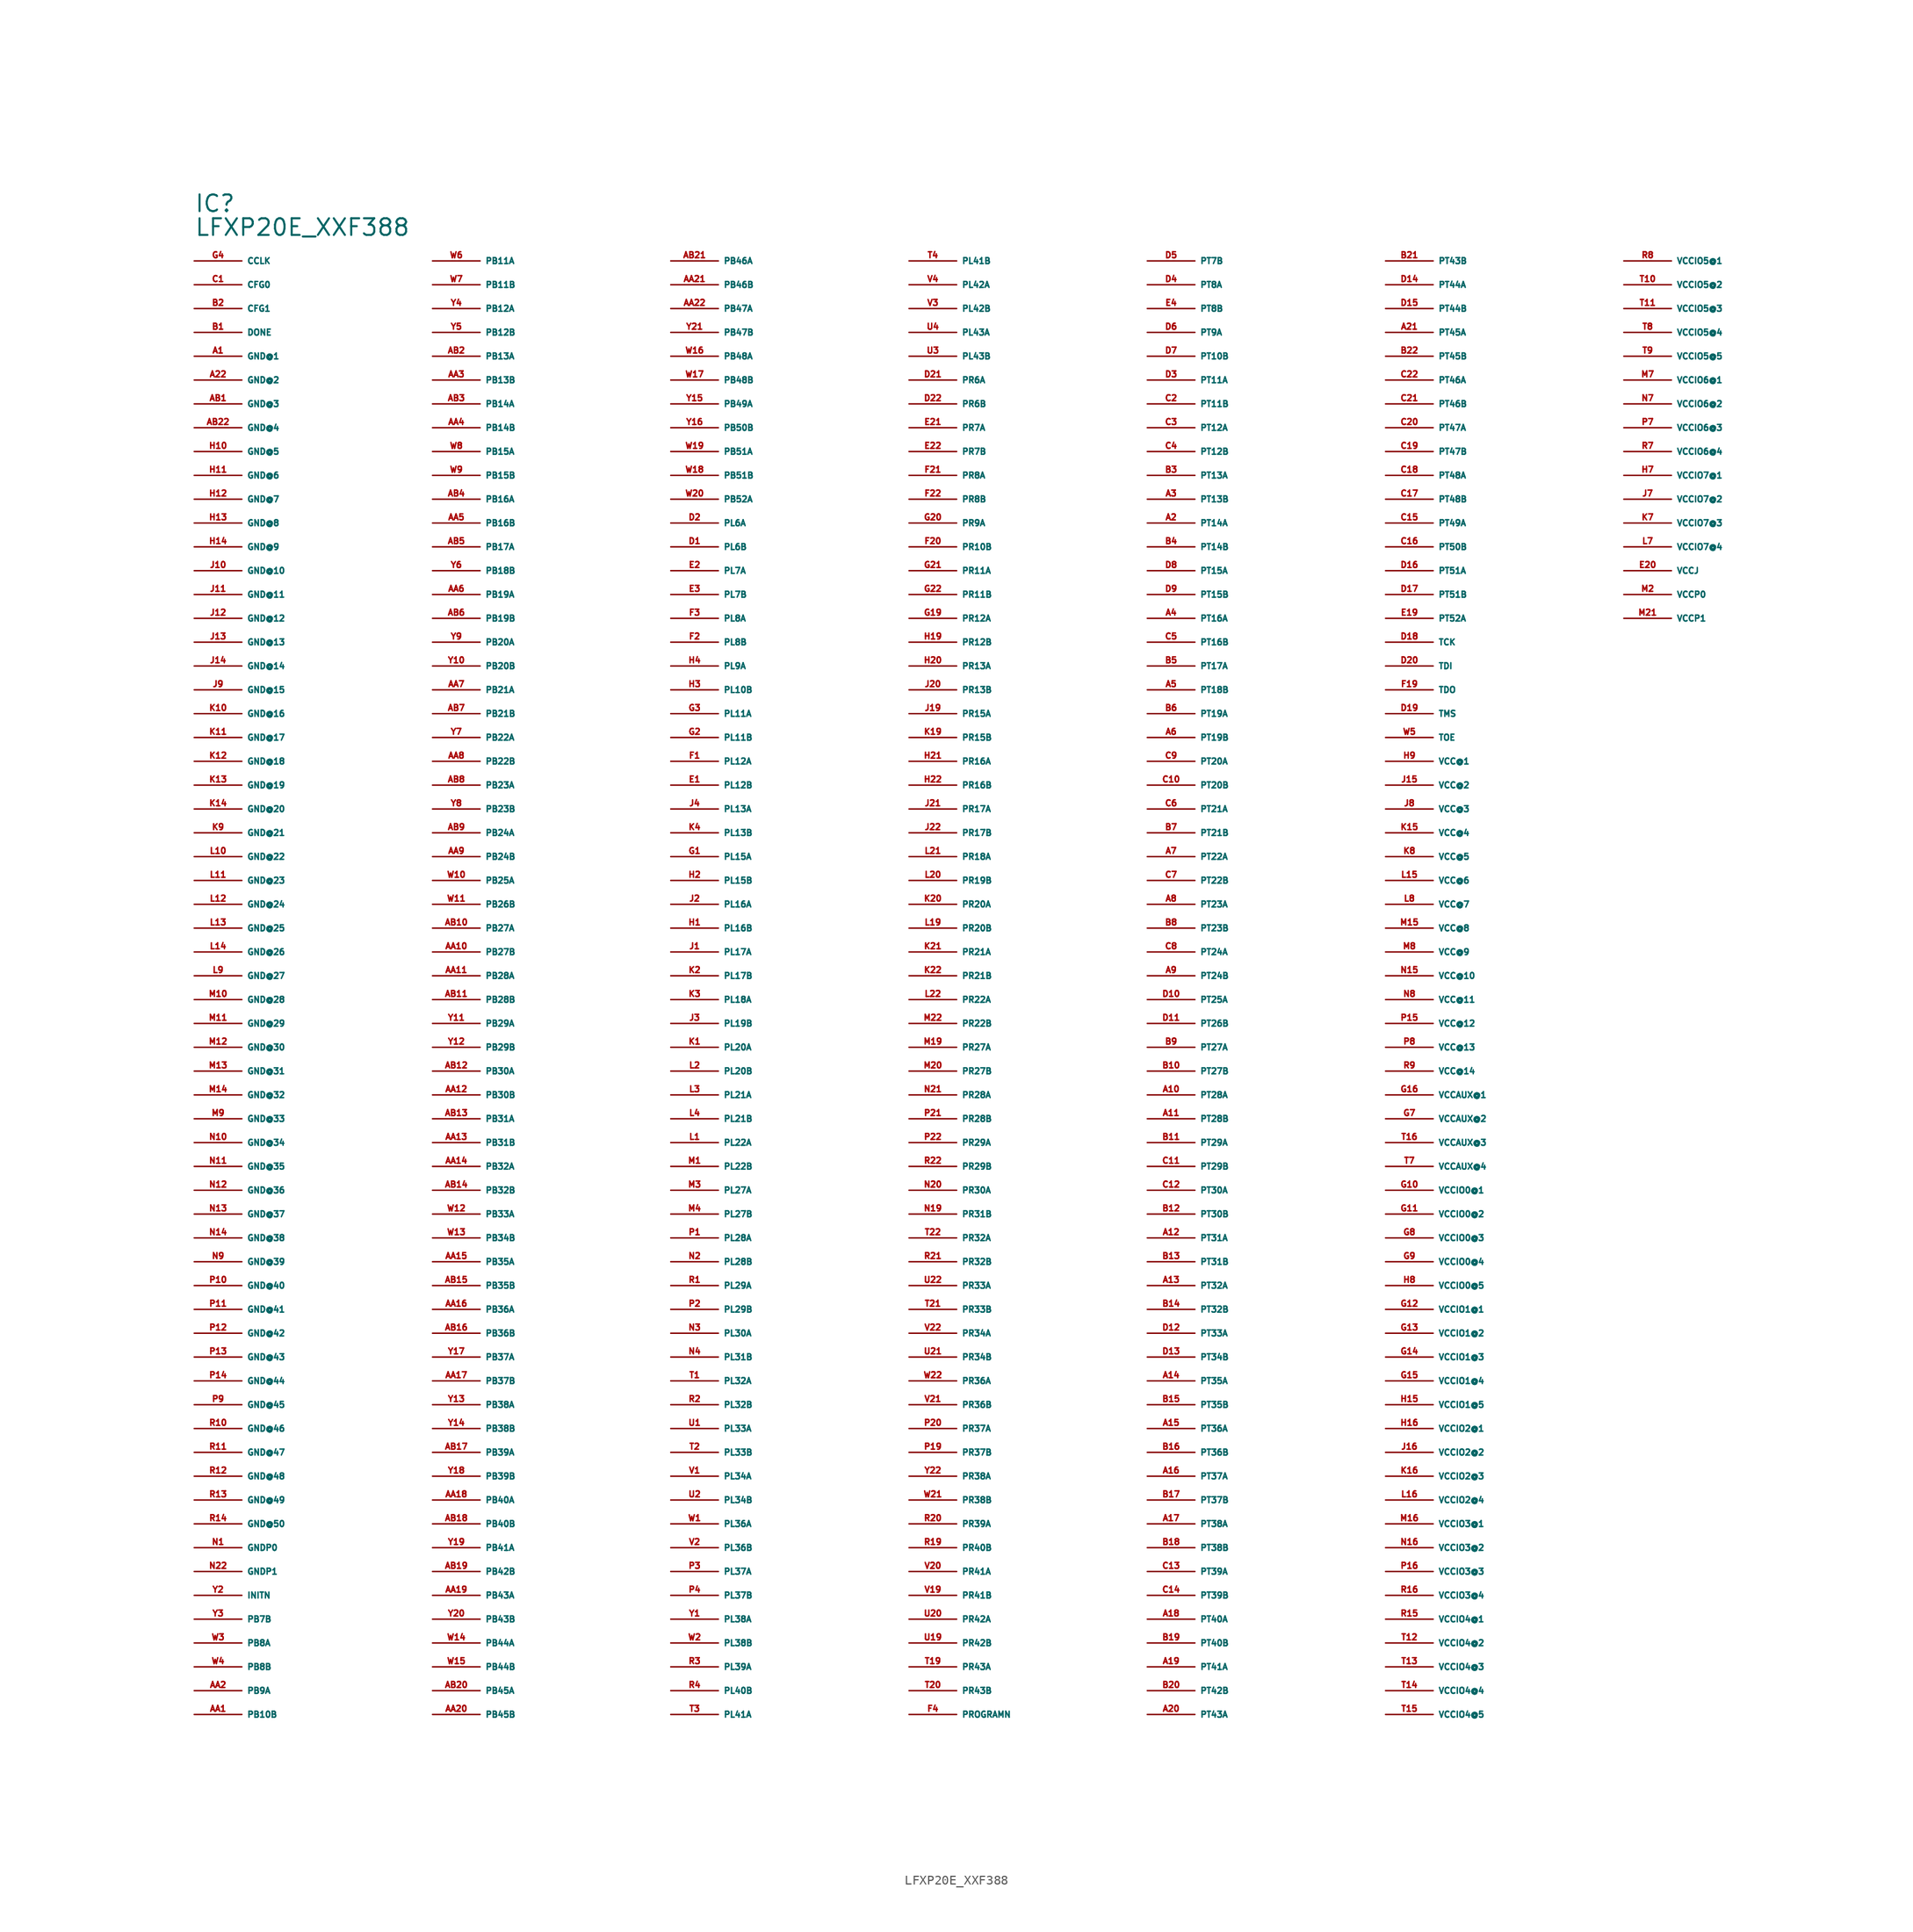
<source format=kicad_sym>
(kicad_symbol_lib
  (version 20220914)
  (generator Eagle2Kicad)
  (symbol "LFXP20E_XXF388"
    (property "Reference" "IC"
      (at -81.28 86.36 0)
      (effects (font (size 1.778 1.778) (thickness 0.22)) (justify left bottom)))
    (property "Value" "LFXP20E_XXF388"
      (at -81.28 83.82 0)
      (effects (font (size 1.778 1.778) (thickness 0.22)) (justify left bottom)))
    (pin bidirectional line
      (at -81.28 81.28 0)
      (length 5.08)
      (name "CCLK" (effects (font (size 0.635 0.635) (thickness 0.08)) (justify left bottom)))
      (number "G4" (effects (font (size 0.635 0.635) (thickness 0.08)) (justify left bottom))))
    (pin input line
      (at -81.28 78.74 0)
      (length 5.08)
      (name "CFG0" (effects (font (size 0.635 0.635) (thickness 0.08)) (justify left bottom)))
      (number "C1" (effects (font (size 0.635 0.635) (thickness 0.08)) (justify left bottom))))
    (pin input line
      (at -81.28 76.2 0)
      (length 5.08)
      (name "CFG1" (effects (font (size 0.635 0.635) (thickness 0.08)) (justify left bottom)))
      (number "B2" (effects (font (size 0.635 0.635) (thickness 0.08)) (justify left bottom))))
    (pin bidirectional line
      (at -81.28 73.66 0)
      (length 5.08)
      (name "DONE" (effects (font (size 0.635 0.635) (thickness 0.08)) (justify left bottom)))
      (number "B1" (effects (font (size 0.635 0.635) (thickness 0.08)) (justify left bottom))))
    (pin unspecified line
      (at -81.28 71.12 0)
      (length 5.08)
      (name "GND@1" (effects (font (size 0.635 0.635) (thickness 0.08)) (justify left bottom)))
      (number "A1" (effects (font (size 0.635 0.635) (thickness 0.08)) (justify left bottom))))
    (pin unspecified line
      (at -81.28 68.58 0)
      (length 5.08)
      (name "GND@2" (effects (font (size 0.635 0.635) (thickness 0.08)) (justify left bottom)))
      (number "A22" (effects (font (size 0.635 0.635) (thickness 0.08)) (justify left bottom))))
    (pin unspecified line
      (at -81.28 66.04 0)
      (length 5.08)
      (name "GND@3" (effects (font (size 0.635 0.635) (thickness 0.08)) (justify left bottom)))
      (number "AB1" (effects (font (size 0.635 0.635) (thickness 0.08)) (justify left bottom))))
    (pin unspecified line
      (at -81.28 63.5 0)
      (length 5.08)
      (name "GND@4" (effects (font (size 0.635 0.635) (thickness 0.08)) (justify left bottom)))
      (number "AB22" (effects (font (size 0.635 0.635) (thickness 0.08)) (justify left bottom))))
    (pin unspecified line
      (at -81.28 60.96 0)
      (length 5.08)
      (name "GND@5" (effects (font (size 0.635 0.635) (thickness 0.08)) (justify left bottom)))
      (number "H10" (effects (font (size 0.635 0.635) (thickness 0.08)) (justify left bottom))))
    (pin unspecified line
      (at -81.28 58.42 0)
      (length 5.08)
      (name "GND@6" (effects (font (size 0.635 0.635) (thickness 0.08)) (justify left bottom)))
      (number "H11" (effects (font (size 0.635 0.635) (thickness 0.08)) (justify left bottom))))
    (pin unspecified line
      (at -81.28 55.88 0)
      (length 5.08)
      (name "GND@7" (effects (font (size 0.635 0.635) (thickness 0.08)) (justify left bottom)))
      (number "H12" (effects (font (size 0.635 0.635) (thickness 0.08)) (justify left bottom))))
    (pin unspecified line
      (at -81.28 53.34 0)
      (length 5.08)
      (name "GND@8" (effects (font (size 0.635 0.635) (thickness 0.08)) (justify left bottom)))
      (number "H13" (effects (font (size 0.635 0.635) (thickness 0.08)) (justify left bottom))))
    (pin unspecified line
      (at -81.28 50.8 0)
      (length 5.08)
      (name "GND@9" (effects (font (size 0.635 0.635) (thickness 0.08)) (justify left bottom)))
      (number "H14" (effects (font (size 0.635 0.635) (thickness 0.08)) (justify left bottom))))
    (pin unspecified line
      (at -81.28 48.26 0)
      (length 5.08)
      (name "GND@10" (effects (font (size 0.635 0.635) (thickness 0.08)) (justify left bottom)))
      (number "J10" (effects (font (size 0.635 0.635) (thickness 0.08)) (justify left bottom))))
    (pin unspecified line
      (at -81.28 45.72 0)
      (length 5.08)
      (name "GND@11" (effects (font (size 0.635 0.635) (thickness 0.08)) (justify left bottom)))
      (number "J11" (effects (font (size 0.635 0.635) (thickness 0.08)) (justify left bottom))))
    (pin unspecified line
      (at -81.28 43.18 0)
      (length 5.08)
      (name "GND@12" (effects (font (size 0.635 0.635) (thickness 0.08)) (justify left bottom)))
      (number "J12" (effects (font (size 0.635 0.635) (thickness 0.08)) (justify left bottom))))
    (pin unspecified line
      (at -81.28 40.64 0)
      (length 5.08)
      (name "GND@13" (effects (font (size 0.635 0.635) (thickness 0.08)) (justify left bottom)))
      (number "J13" (effects (font (size 0.635 0.635) (thickness 0.08)) (justify left bottom))))
    (pin unspecified line
      (at -81.28 38.1 0)
      (length 5.08)
      (name "GND@14" (effects (font (size 0.635 0.635) (thickness 0.08)) (justify left bottom)))
      (number "J14" (effects (font (size 0.635 0.635) (thickness 0.08)) (justify left bottom))))
    (pin unspecified line
      (at -81.28 35.56 0)
      (length 5.08)
      (name "GND@15" (effects (font (size 0.635 0.635) (thickness 0.08)) (justify left bottom)))
      (number "J9" (effects (font (size 0.635 0.635) (thickness 0.08)) (justify left bottom))))
    (pin unspecified line
      (at -81.28 33.02 0)
      (length 5.08)
      (name "GND@16" (effects (font (size 0.635 0.635) (thickness 0.08)) (justify left bottom)))
      (number "K10" (effects (font (size 0.635 0.635) (thickness 0.08)) (justify left bottom))))
    (pin unspecified line
      (at -81.28 30.48 0)
      (length 5.08)
      (name "GND@17" (effects (font (size 0.635 0.635) (thickness 0.08)) (justify left bottom)))
      (number "K11" (effects (font (size 0.635 0.635) (thickness 0.08)) (justify left bottom))))
    (pin unspecified line
      (at -81.28 27.94 0)
      (length 5.08)
      (name "GND@18" (effects (font (size 0.635 0.635) (thickness 0.08)) (justify left bottom)))
      (number "K12" (effects (font (size 0.635 0.635) (thickness 0.08)) (justify left bottom))))
    (pin unspecified line
      (at -81.28 25.4 0)
      (length 5.08)
      (name "GND@19" (effects (font (size 0.635 0.635) (thickness 0.08)) (justify left bottom)))
      (number "K13" (effects (font (size 0.635 0.635) (thickness 0.08)) (justify left bottom))))
    (pin unspecified line
      (at -81.28 22.86 0)
      (length 5.08)
      (name "GND@20" (effects (font (size 0.635 0.635) (thickness 0.08)) (justify left bottom)))
      (number "K14" (effects (font (size 0.635 0.635) (thickness 0.08)) (justify left bottom))))
    (pin unspecified line
      (at -81.28 20.32 0)
      (length 5.08)
      (name "GND@21" (effects (font (size 0.635 0.635) (thickness 0.08)) (justify left bottom)))
      (number "K9" (effects (font (size 0.635 0.635) (thickness 0.08)) (justify left bottom))))
    (pin unspecified line
      (at -81.28 17.78 0)
      (length 5.08)
      (name "GND@22" (effects (font (size 0.635 0.635) (thickness 0.08)) (justify left bottom)))
      (number "L10" (effects (font (size 0.635 0.635) (thickness 0.08)) (justify left bottom))))
    (pin unspecified line
      (at -81.28 15.24 0)
      (length 5.08)
      (name "GND@23" (effects (font (size 0.635 0.635) (thickness 0.08)) (justify left bottom)))
      (number "L11" (effects (font (size 0.635 0.635) (thickness 0.08)) (justify left bottom))))
    (pin unspecified line
      (at -81.28 12.7 0)
      (length 5.08)
      (name "GND@24" (effects (font (size 0.635 0.635) (thickness 0.08)) (justify left bottom)))
      (number "L12" (effects (font (size 0.635 0.635) (thickness 0.08)) (justify left bottom))))
    (pin unspecified line
      (at -81.28 10.16 0)
      (length 5.08)
      (name "GND@25" (effects (font (size 0.635 0.635) (thickness 0.08)) (justify left bottom)))
      (number "L13" (effects (font (size 0.635 0.635) (thickness 0.08)) (justify left bottom))))
    (pin unspecified line
      (at -81.28 7.62 0)
      (length 5.08)
      (name "GND@26" (effects (font (size 0.635 0.635) (thickness 0.08)) (justify left bottom)))
      (number "L14" (effects (font (size 0.635 0.635) (thickness 0.08)) (justify left bottom))))
    (pin unspecified line
      (at -81.28 5.08 0)
      (length 5.08)
      (name "GND@27" (effects (font (size 0.635 0.635) (thickness 0.08)) (justify left bottom)))
      (number "L9" (effects (font (size 0.635 0.635) (thickness 0.08)) (justify left bottom))))
    (pin unspecified line
      (at -81.28 2.54 0)
      (length 5.08)
      (name "GND@28" (effects (font (size 0.635 0.635) (thickness 0.08)) (justify left bottom)))
      (number "M10" (effects (font (size 0.635 0.635) (thickness 0.08)) (justify left bottom))))
    (pin unspecified line
      (at -81.28 0 0)
      (length 5.08)
      (name "GND@29" (effects (font (size 0.635 0.635) (thickness 0.08)) (justify left bottom)))
      (number "M11" (effects (font (size 0.635 0.635) (thickness 0.08)) (justify left bottom))))
    (pin unspecified line
      (at -81.28 -2.54 0)
      (length 5.08)
      (name "GND@30" (effects (font (size 0.635 0.635) (thickness 0.08)) (justify left bottom)))
      (number "M12" (effects (font (size 0.635 0.635) (thickness 0.08)) (justify left bottom))))
    (pin unspecified line
      (at -81.28 -5.08 0)
      (length 5.08)
      (name "GND@31" (effects (font (size 0.635 0.635) (thickness 0.08)) (justify left bottom)))
      (number "M13" (effects (font (size 0.635 0.635) (thickness 0.08)) (justify left bottom))))
    (pin unspecified line
      (at -81.28 -7.62 0)
      (length 5.08)
      (name "GND@32" (effects (font (size 0.635 0.635) (thickness 0.08)) (justify left bottom)))
      (number "M14" (effects (font (size 0.635 0.635) (thickness 0.08)) (justify left bottom))))
    (pin unspecified line
      (at -81.28 -10.16 0)
      (length 5.08)
      (name "GND@33" (effects (font (size 0.635 0.635) (thickness 0.08)) (justify left bottom)))
      (number "M9" (effects (font (size 0.635 0.635) (thickness 0.08)) (justify left bottom))))
    (pin unspecified line
      (at -81.28 -12.7 0)
      (length 5.08)
      (name "GND@34" (effects (font (size 0.635 0.635) (thickness 0.08)) (justify left bottom)))
      (number "N10" (effects (font (size 0.635 0.635) (thickness 0.08)) (justify left bottom))))
    (pin unspecified line
      (at -81.28 -15.24 0)
      (length 5.08)
      (name "GND@35" (effects (font (size 0.635 0.635) (thickness 0.08)) (justify left bottom)))
      (number "N11" (effects (font (size 0.635 0.635) (thickness 0.08)) (justify left bottom))))
    (pin unspecified line
      (at -81.28 -17.78 0)
      (length 5.08)
      (name "GND@36" (effects (font (size 0.635 0.635) (thickness 0.08)) (justify left bottom)))
      (number "N12" (effects (font (size 0.635 0.635) (thickness 0.08)) (justify left bottom))))
    (pin unspecified line
      (at -81.28 -20.32 0)
      (length 5.08)
      (name "GND@37" (effects (font (size 0.635 0.635) (thickness 0.08)) (justify left bottom)))
      (number "N13" (effects (font (size 0.635 0.635) (thickness 0.08)) (justify left bottom))))
    (pin unspecified line
      (at -81.28 -22.86 0)
      (length 5.08)
      (name "GND@38" (effects (font (size 0.635 0.635) (thickness 0.08)) (justify left bottom)))
      (number "N14" (effects (font (size 0.635 0.635) (thickness 0.08)) (justify left bottom))))
    (pin unspecified line
      (at -81.28 -25.4 0)
      (length 5.08)
      (name "GND@39" (effects (font (size 0.635 0.635) (thickness 0.08)) (justify left bottom)))
      (number "N9" (effects (font (size 0.635 0.635) (thickness 0.08)) (justify left bottom))))
    (pin unspecified line
      (at -81.28 -27.94 0)
      (length 5.08)
      (name "GND@40" (effects (font (size 0.635 0.635) (thickness 0.08)) (justify left bottom)))
      (number "P10" (effects (font (size 0.635 0.635) (thickness 0.08)) (justify left bottom))))
    (pin unspecified line
      (at -81.28 -30.48 0)
      (length 5.08)
      (name "GND@41" (effects (font (size 0.635 0.635) (thickness 0.08)) (justify left bottom)))
      (number "P11" (effects (font (size 0.635 0.635) (thickness 0.08)) (justify left bottom))))
    (pin unspecified line
      (at -81.28 -33.02 0)
      (length 5.08)
      (name "GND@42" (effects (font (size 0.635 0.635) (thickness 0.08)) (justify left bottom)))
      (number "P12" (effects (font (size 0.635 0.635) (thickness 0.08)) (justify left bottom))))
    (pin unspecified line
      (at -81.28 -35.56 0)
      (length 5.08)
      (name "GND@43" (effects (font (size 0.635 0.635) (thickness 0.08)) (justify left bottom)))
      (number "P13" (effects (font (size 0.635 0.635) (thickness 0.08)) (justify left bottom))))
    (pin unspecified line
      (at -81.28 -38.1 0)
      (length 5.08)
      (name "GND@44" (effects (font (size 0.635 0.635) (thickness 0.08)) (justify left bottom)))
      (number "P14" (effects (font (size 0.635 0.635) (thickness 0.08)) (justify left bottom))))
    (pin unspecified line
      (at -81.28 -40.64 0)
      (length 5.08)
      (name "GND@45" (effects (font (size 0.635 0.635) (thickness 0.08)) (justify left bottom)))
      (number "P9" (effects (font (size 0.635 0.635) (thickness 0.08)) (justify left bottom))))
    (pin unspecified line
      (at -81.28 -43.18 0)
      (length 5.08)
      (name "GND@46" (effects (font (size 0.635 0.635) (thickness 0.08)) (justify left bottom)))
      (number "R10" (effects (font (size 0.635 0.635) (thickness 0.08)) (justify left bottom))))
    (pin unspecified line
      (at -81.28 -45.72 0)
      (length 5.08)
      (name "GND@47" (effects (font (size 0.635 0.635) (thickness 0.08)) (justify left bottom)))
      (number "R11" (effects (font (size 0.635 0.635) (thickness 0.08)) (justify left bottom))))
    (pin unspecified line
      (at -81.28 -48.26 0)
      (length 5.08)
      (name "GND@48" (effects (font (size 0.635 0.635) (thickness 0.08)) (justify left bottom)))
      (number "R12" (effects (font (size 0.635 0.635) (thickness 0.08)) (justify left bottom))))
    (pin unspecified line
      (at -81.28 -50.8 0)
      (length 5.08)
      (name "GND@49" (effects (font (size 0.635 0.635) (thickness 0.08)) (justify left bottom)))
      (number "R13" (effects (font (size 0.635 0.635) (thickness 0.08)) (justify left bottom))))
    (pin unspecified line
      (at -81.28 -53.34 0)
      (length 5.08)
      (name "GND@50" (effects (font (size 0.635 0.635) (thickness 0.08)) (justify left bottom)))
      (number "R14" (effects (font (size 0.635 0.635) (thickness 0.08)) (justify left bottom))))
    (pin unspecified line
      (at -81.28 -55.88 0)
      (length 5.08)
      (name "GNDP0" (effects (font (size 0.635 0.635) (thickness 0.08)) (justify left bottom)))
      (number "N1" (effects (font (size 0.635 0.635) (thickness 0.08)) (justify left bottom))))
    (pin unspecified line
      (at -81.28 -58.42 0)
      (length 5.08)
      (name "GNDP1" (effects (font (size 0.635 0.635) (thickness 0.08)) (justify left bottom)))
      (number "N22" (effects (font (size 0.635 0.635) (thickness 0.08)) (justify left bottom))))
    (pin bidirectional line
      (at -81.28 -60.96 0)
      (length 5.08)
      (name "INITN" (effects (font (size 0.635 0.635) (thickness 0.08)) (justify left bottom)))
      (number "Y2" (effects (font (size 0.635 0.635) (thickness 0.08)) (justify left bottom))))
    (pin bidirectional line
      (at -81.28 -63.5 0)
      (length 5.08)
      (name "PB7B" (effects (font (size 0.635 0.635) (thickness 0.08)) (justify left bottom)))
      (number "Y3" (effects (font (size 0.635 0.635) (thickness 0.08)) (justify left bottom))))
    (pin bidirectional line
      (at -81.28 -66.04 0)
      (length 5.08)
      (name "PB8A" (effects (font (size 0.635 0.635) (thickness 0.08)) (justify left bottom)))
      (number "W3" (effects (font (size 0.635 0.635) (thickness 0.08)) (justify left bottom))))
    (pin bidirectional line
      (at -81.28 -68.58 0)
      (length 5.08)
      (name "PB8B" (effects (font (size 0.635 0.635) (thickness 0.08)) (justify left bottom)))
      (number "W4" (effects (font (size 0.635 0.635) (thickness 0.08)) (justify left bottom))))
    (pin bidirectional line
      (at -81.28 -71.12 0)
      (length 5.08)
      (name "PB9A" (effects (font (size 0.635 0.635) (thickness 0.08)) (justify left bottom)))
      (number "AA2" (effects (font (size 0.635 0.635) (thickness 0.08)) (justify left bottom))))
    (pin bidirectional line
      (at -81.28 -73.66 0)
      (length 5.08)
      (name "PB10B" (effects (font (size 0.635 0.635) (thickness 0.08)) (justify left bottom)))
      (number "AA1" (effects (font (size 0.635 0.635) (thickness 0.08)) (justify left bottom))))
    (pin bidirectional line
      (at -55.88 81.28 0)
      (length 5.08)
      (name "PB11A" (effects (font (size 0.635 0.635) (thickness 0.08)) (justify left bottom)))
      (number "W6" (effects (font (size 0.635 0.635) (thickness 0.08)) (justify left bottom))))
    (pin bidirectional line
      (at -55.88 78.74 0)
      (length 5.08)
      (name "PB11B" (effects (font (size 0.635 0.635) (thickness 0.08)) (justify left bottom)))
      (number "W7" (effects (font (size 0.635 0.635) (thickness 0.08)) (justify left bottom))))
    (pin bidirectional line
      (at -55.88 76.2 0)
      (length 5.08)
      (name "PB12A" (effects (font (size 0.635 0.635) (thickness 0.08)) (justify left bottom)))
      (number "Y4" (effects (font (size 0.635 0.635) (thickness 0.08)) (justify left bottom))))
    (pin bidirectional line
      (at -55.88 73.66 0)
      (length 5.08)
      (name "PB12B" (effects (font (size 0.635 0.635) (thickness 0.08)) (justify left bottom)))
      (number "Y5" (effects (font (size 0.635 0.635) (thickness 0.08)) (justify left bottom))))
    (pin bidirectional line
      (at -55.88 71.12 0)
      (length 5.08)
      (name "PB13A" (effects (font (size 0.635 0.635) (thickness 0.08)) (justify left bottom)))
      (number "AB2" (effects (font (size 0.635 0.635) (thickness 0.08)) (justify left bottom))))
    (pin bidirectional line
      (at -55.88 68.58 0)
      (length 5.08)
      (name "PB13B" (effects (font (size 0.635 0.635) (thickness 0.08)) (justify left bottom)))
      (number "AA3" (effects (font (size 0.635 0.635) (thickness 0.08)) (justify left bottom))))
    (pin bidirectional line
      (at -55.88 66.04 0)
      (length 5.08)
      (name "PB14A" (effects (font (size 0.635 0.635) (thickness 0.08)) (justify left bottom)))
      (number "AB3" (effects (font (size 0.635 0.635) (thickness 0.08)) (justify left bottom))))
    (pin bidirectional line
      (at -55.88 63.5 0)
      (length 5.08)
      (name "PB14B" (effects (font (size 0.635 0.635) (thickness 0.08)) (justify left bottom)))
      (number "AA4" (effects (font (size 0.635 0.635) (thickness 0.08)) (justify left bottom))))
    (pin bidirectional line
      (at -55.88 60.96 0)
      (length 5.08)
      (name "PB15A" (effects (font (size 0.635 0.635) (thickness 0.08)) (justify left bottom)))
      (number "W8" (effects (font (size 0.635 0.635) (thickness 0.08)) (justify left bottom))))
    (pin bidirectional line
      (at -55.88 58.42 0)
      (length 5.08)
      (name "PB15B" (effects (font (size 0.635 0.635) (thickness 0.08)) (justify left bottom)))
      (number "W9" (effects (font (size 0.635 0.635) (thickness 0.08)) (justify left bottom))))
    (pin bidirectional line
      (at -55.88 55.88 0)
      (length 5.08)
      (name "PB16A" (effects (font (size 0.635 0.635) (thickness 0.08)) (justify left bottom)))
      (number "AB4" (effects (font (size 0.635 0.635) (thickness 0.08)) (justify left bottom))))
    (pin bidirectional line
      (at -55.88 53.34 0)
      (length 5.08)
      (name "PB16B" (effects (font (size 0.635 0.635) (thickness 0.08)) (justify left bottom)))
      (number "AA5" (effects (font (size 0.635 0.635) (thickness 0.08)) (justify left bottom))))
    (pin bidirectional line
      (at -55.88 50.8 0)
      (length 5.08)
      (name "PB17A" (effects (font (size 0.635 0.635) (thickness 0.08)) (justify left bottom)))
      (number "AB5" (effects (font (size 0.635 0.635) (thickness 0.08)) (justify left bottom))))
    (pin bidirectional line
      (at -55.88 48.26 0)
      (length 5.08)
      (name "PB18B" (effects (font (size 0.635 0.635) (thickness 0.08)) (justify left bottom)))
      (number "Y6" (effects (font (size 0.635 0.635) (thickness 0.08)) (justify left bottom))))
    (pin bidirectional line
      (at -55.88 45.72 0)
      (length 5.08)
      (name "PB19A" (effects (font (size 0.635 0.635) (thickness 0.08)) (justify left bottom)))
      (number "AA6" (effects (font (size 0.635 0.635) (thickness 0.08)) (justify left bottom))))
    (pin bidirectional line
      (at -55.88 43.18 0)
      (length 5.08)
      (name "PB19B" (effects (font (size 0.635 0.635) (thickness 0.08)) (justify left bottom)))
      (number "AB6" (effects (font (size 0.635 0.635) (thickness 0.08)) (justify left bottom))))
    (pin bidirectional line
      (at -55.88 40.64 0)
      (length 5.08)
      (name "PB20A" (effects (font (size 0.635 0.635) (thickness 0.08)) (justify left bottom)))
      (number "Y9" (effects (font (size 0.635 0.635) (thickness 0.08)) (justify left bottom))))
    (pin bidirectional line
      (at -55.88 38.1 0)
      (length 5.08)
      (name "PB20B" (effects (font (size 0.635 0.635) (thickness 0.08)) (justify left bottom)))
      (number "Y10" (effects (font (size 0.635 0.635) (thickness 0.08)) (justify left bottom))))
    (pin bidirectional line
      (at -55.88 35.56 0)
      (length 5.08)
      (name "PB21A" (effects (font (size 0.635 0.635) (thickness 0.08)) (justify left bottom)))
      (number "AA7" (effects (font (size 0.635 0.635) (thickness 0.08)) (justify left bottom))))
    (pin bidirectional line
      (at -55.88 33.02 0)
      (length 5.08)
      (name "PB21B" (effects (font (size 0.635 0.635) (thickness 0.08)) (justify left bottom)))
      (number "AB7" (effects (font (size 0.635 0.635) (thickness 0.08)) (justify left bottom))))
    (pin bidirectional line
      (at -55.88 30.48 0)
      (length 5.08)
      (name "PB22A" (effects (font (size 0.635 0.635) (thickness 0.08)) (justify left bottom)))
      (number "Y7" (effects (font (size 0.635 0.635) (thickness 0.08)) (justify left bottom))))
    (pin bidirectional line
      (at -55.88 27.94 0)
      (length 5.08)
      (name "PB22B" (effects (font (size 0.635 0.635) (thickness 0.08)) (justify left bottom)))
      (number "AA8" (effects (font (size 0.635 0.635) (thickness 0.08)) (justify left bottom))))
    (pin bidirectional line
      (at -55.88 25.4 0)
      (length 5.08)
      (name "PB23A" (effects (font (size 0.635 0.635) (thickness 0.08)) (justify left bottom)))
      (number "AB8" (effects (font (size 0.635 0.635) (thickness 0.08)) (justify left bottom))))
    (pin bidirectional line
      (at -55.88 22.86 0)
      (length 5.08)
      (name "PB23B" (effects (font (size 0.635 0.635) (thickness 0.08)) (justify left bottom)))
      (number "Y8" (effects (font (size 0.635 0.635) (thickness 0.08)) (justify left bottom))))
    (pin bidirectional line
      (at -55.88 20.32 0)
      (length 5.08)
      (name "PB24A" (effects (font (size 0.635 0.635) (thickness 0.08)) (justify left bottom)))
      (number "AB9" (effects (font (size 0.635 0.635) (thickness 0.08)) (justify left bottom))))
    (pin bidirectional line
      (at -55.88 17.78 0)
      (length 5.08)
      (name "PB24B" (effects (font (size 0.635 0.635) (thickness 0.08)) (justify left bottom)))
      (number "AA9" (effects (font (size 0.635 0.635) (thickness 0.08)) (justify left bottom))))
    (pin bidirectional line
      (at -55.88 15.24 0)
      (length 5.08)
      (name "PB25A" (effects (font (size 0.635 0.635) (thickness 0.08)) (justify left bottom)))
      (number "W10" (effects (font (size 0.635 0.635) (thickness 0.08)) (justify left bottom))))
    (pin bidirectional line
      (at -55.88 12.7 0)
      (length 5.08)
      (name "PB26B" (effects (font (size 0.635 0.635) (thickness 0.08)) (justify left bottom)))
      (number "W11" (effects (font (size 0.635 0.635) (thickness 0.08)) (justify left bottom))))
    (pin bidirectional line
      (at -55.88 10.16 0)
      (length 5.08)
      (name "PB27A" (effects (font (size 0.635 0.635) (thickness 0.08)) (justify left bottom)))
      (number "AB10" (effects (font (size 0.635 0.635) (thickness 0.08)) (justify left bottom))))
    (pin bidirectional line
      (at -55.88 7.62 0)
      (length 5.08)
      (name "PB27B" (effects (font (size 0.635 0.635) (thickness 0.08)) (justify left bottom)))
      (number "AA10" (effects (font (size 0.635 0.635) (thickness 0.08)) (justify left bottom))))
    (pin bidirectional line
      (at -55.88 5.08 0)
      (length 5.08)
      (name "PB28A" (effects (font (size 0.635 0.635) (thickness 0.08)) (justify left bottom)))
      (number "AA11" (effects (font (size 0.635 0.635) (thickness 0.08)) (justify left bottom))))
    (pin bidirectional line
      (at -55.88 2.54 0)
      (length 5.08)
      (name "PB28B" (effects (font (size 0.635 0.635) (thickness 0.08)) (justify left bottom)))
      (number "AB11" (effects (font (size 0.635 0.635) (thickness 0.08)) (justify left bottom))))
    (pin bidirectional line
      (at -55.88 0 0)
      (length 5.08)
      (name "PB29A" (effects (font (size 0.635 0.635) (thickness 0.08)) (justify left bottom)))
      (number "Y11" (effects (font (size 0.635 0.635) (thickness 0.08)) (justify left bottom))))
    (pin bidirectional line
      (at -55.88 -2.54 0)
      (length 5.08)
      (name "PB29B" (effects (font (size 0.635 0.635) (thickness 0.08)) (justify left bottom)))
      (number "Y12" (effects (font (size 0.635 0.635) (thickness 0.08)) (justify left bottom))))
    (pin bidirectional line
      (at -55.88 -5.08 0)
      (length 5.08)
      (name "PB30A" (effects (font (size 0.635 0.635) (thickness 0.08)) (justify left bottom)))
      (number "AB12" (effects (font (size 0.635 0.635) (thickness 0.08)) (justify left bottom))))
    (pin bidirectional line
      (at -55.88 -7.62 0)
      (length 5.08)
      (name "PB30B" (effects (font (size 0.635 0.635) (thickness 0.08)) (justify left bottom)))
      (number "AA12" (effects (font (size 0.635 0.635) (thickness 0.08)) (justify left bottom))))
    (pin bidirectional line
      (at -55.88 -10.16 0)
      (length 5.08)
      (name "PB31A" (effects (font (size 0.635 0.635) (thickness 0.08)) (justify left bottom)))
      (number "AB13" (effects (font (size 0.635 0.635) (thickness 0.08)) (justify left bottom))))
    (pin bidirectional line
      (at -55.88 -12.7 0)
      (length 5.08)
      (name "PB31B" (effects (font (size 0.635 0.635) (thickness 0.08)) (justify left bottom)))
      (number "AA13" (effects (font (size 0.635 0.635) (thickness 0.08)) (justify left bottom))))
    (pin bidirectional line
      (at -55.88 -15.24 0)
      (length 5.08)
      (name "PB32A" (effects (font (size 0.635 0.635) (thickness 0.08)) (justify left bottom)))
      (number "AA14" (effects (font (size 0.635 0.635) (thickness 0.08)) (justify left bottom))))
    (pin bidirectional line
      (at -55.88 -17.78 0)
      (length 5.08)
      (name "PB32B" (effects (font (size 0.635 0.635) (thickness 0.08)) (justify left bottom)))
      (number "AB14" (effects (font (size 0.635 0.635) (thickness 0.08)) (justify left bottom))))
    (pin bidirectional line
      (at -55.88 -20.32 0)
      (length 5.08)
      (name "PB33A" (effects (font (size 0.635 0.635) (thickness 0.08)) (justify left bottom)))
      (number "W12" (effects (font (size 0.635 0.635) (thickness 0.08)) (justify left bottom))))
    (pin bidirectional line
      (at -55.88 -22.86 0)
      (length 5.08)
      (name "PB34B" (effects (font (size 0.635 0.635) (thickness 0.08)) (justify left bottom)))
      (number "W13" (effects (font (size 0.635 0.635) (thickness 0.08)) (justify left bottom))))
    (pin bidirectional line
      (at -55.88 -25.4 0)
      (length 5.08)
      (name "PB35A" (effects (font (size 0.635 0.635) (thickness 0.08)) (justify left bottom)))
      (number "AA15" (effects (font (size 0.635 0.635) (thickness 0.08)) (justify left bottom))))
    (pin bidirectional line
      (at -55.88 -27.94 0)
      (length 5.08)
      (name "PB35B" (effects (font (size 0.635 0.635) (thickness 0.08)) (justify left bottom)))
      (number "AB15" (effects (font (size 0.635 0.635) (thickness 0.08)) (justify left bottom))))
    (pin bidirectional line
      (at -55.88 -30.48 0)
      (length 5.08)
      (name "PB36A" (effects (font (size 0.635 0.635) (thickness 0.08)) (justify left bottom)))
      (number "AA16" (effects (font (size 0.635 0.635) (thickness 0.08)) (justify left bottom))))
    (pin bidirectional line
      (at -55.88 -33.02 0)
      (length 5.08)
      (name "PB36B" (effects (font (size 0.635 0.635) (thickness 0.08)) (justify left bottom)))
      (number "AB16" (effects (font (size 0.635 0.635) (thickness 0.08)) (justify left bottom))))
    (pin bidirectional line
      (at -55.88 -35.56 0)
      (length 5.08)
      (name "PB37A" (effects (font (size 0.635 0.635) (thickness 0.08)) (justify left bottom)))
      (number "Y17" (effects (font (size 0.635 0.635) (thickness 0.08)) (justify left bottom))))
    (pin bidirectional line
      (at -55.88 -38.1 0)
      (length 5.08)
      (name "PB37B" (effects (font (size 0.635 0.635) (thickness 0.08)) (justify left bottom)))
      (number "AA17" (effects (font (size 0.635 0.635) (thickness 0.08)) (justify left bottom))))
    (pin bidirectional line
      (at -55.88 -40.64 0)
      (length 5.08)
      (name "PB38A" (effects (font (size 0.635 0.635) (thickness 0.08)) (justify left bottom)))
      (number "Y13" (effects (font (size 0.635 0.635) (thickness 0.08)) (justify left bottom))))
    (pin bidirectional line
      (at -55.88 -43.18 0)
      (length 5.08)
      (name "PB38B" (effects (font (size 0.635 0.635) (thickness 0.08)) (justify left bottom)))
      (number "Y14" (effects (font (size 0.635 0.635) (thickness 0.08)) (justify left bottom))))
    (pin bidirectional line
      (at -55.88 -45.72 0)
      (length 5.08)
      (name "PB39A" (effects (font (size 0.635 0.635) (thickness 0.08)) (justify left bottom)))
      (number "AB17" (effects (font (size 0.635 0.635) (thickness 0.08)) (justify left bottom))))
    (pin bidirectional line
      (at -55.88 -48.26 0)
      (length 5.08)
      (name "PB39B" (effects (font (size 0.635 0.635) (thickness 0.08)) (justify left bottom)))
      (number "Y18" (effects (font (size 0.635 0.635) (thickness 0.08)) (justify left bottom))))
    (pin bidirectional line
      (at -55.88 -50.8 0)
      (length 5.08)
      (name "PB40A" (effects (font (size 0.635 0.635) (thickness 0.08)) (justify left bottom)))
      (number "AA18" (effects (font (size 0.635 0.635) (thickness 0.08)) (justify left bottom))))
    (pin bidirectional line
      (at -55.88 -53.34 0)
      (length 5.08)
      (name "PB40B" (effects (font (size 0.635 0.635) (thickness 0.08)) (justify left bottom)))
      (number "AB18" (effects (font (size 0.635 0.635) (thickness 0.08)) (justify left bottom))))
    (pin bidirectional line
      (at -55.88 -55.88 0)
      (length 5.08)
      (name "PB41A" (effects (font (size 0.635 0.635) (thickness 0.08)) (justify left bottom)))
      (number "Y19" (effects (font (size 0.635 0.635) (thickness 0.08)) (justify left bottom))))
    (pin bidirectional line
      (at -55.88 -58.42 0)
      (length 5.08)
      (name "PB42B" (effects (font (size 0.635 0.635) (thickness 0.08)) (justify left bottom)))
      (number "AB19" (effects (font (size 0.635 0.635) (thickness 0.08)) (justify left bottom))))
    (pin bidirectional line
      (at -55.88 -60.96 0)
      (length 5.08)
      (name "PB43A" (effects (font (size 0.635 0.635) (thickness 0.08)) (justify left bottom)))
      (number "AA19" (effects (font (size 0.635 0.635) (thickness 0.08)) (justify left bottom))))
    (pin bidirectional line
      (at -55.88 -63.5 0)
      (length 5.08)
      (name "PB43B" (effects (font (size 0.635 0.635) (thickness 0.08)) (justify left bottom)))
      (number "Y20" (effects (font (size 0.635 0.635) (thickness 0.08)) (justify left bottom))))
    (pin bidirectional line
      (at -55.88 -66.04 0)
      (length 5.08)
      (name "PB44A" (effects (font (size 0.635 0.635) (thickness 0.08)) (justify left bottom)))
      (number "W14" (effects (font (size 0.635 0.635) (thickness 0.08)) (justify left bottom))))
    (pin bidirectional line
      (at -55.88 -68.58 0)
      (length 5.08)
      (name "PB44B" (effects (font (size 0.635 0.635) (thickness 0.08)) (justify left bottom)))
      (number "W15" (effects (font (size 0.635 0.635) (thickness 0.08)) (justify left bottom))))
    (pin bidirectional line
      (at -55.88 -71.12 0)
      (length 5.08)
      (name "PB45A" (effects (font (size 0.635 0.635) (thickness 0.08)) (justify left bottom)))
      (number "AB20" (effects (font (size 0.635 0.635) (thickness 0.08)) (justify left bottom))))
    (pin bidirectional line
      (at -55.88 -73.66 0)
      (length 5.08)
      (name "PB45B" (effects (font (size 0.635 0.635) (thickness 0.08)) (justify left bottom)))
      (number "AA20" (effects (font (size 0.635 0.635) (thickness 0.08)) (justify left bottom))))
    (pin bidirectional line
      (at -30.48 81.28 0)
      (length 5.08)
      (name "PB46A" (effects (font (size 0.635 0.635) (thickness 0.08)) (justify left bottom)))
      (number "AB21" (effects (font (size 0.635 0.635) (thickness 0.08)) (justify left bottom))))
    (pin bidirectional line
      (at -30.48 78.74 0)
      (length 5.08)
      (name "PB46B" (effects (font (size 0.635 0.635) (thickness 0.08)) (justify left bottom)))
      (number "AA21" (effects (font (size 0.635 0.635) (thickness 0.08)) (justify left bottom))))
    (pin bidirectional line
      (at -30.48 76.2 0)
      (length 5.08)
      (name "PB47A" (effects (font (size 0.635 0.635) (thickness 0.08)) (justify left bottom)))
      (number "AA22" (effects (font (size 0.635 0.635) (thickness 0.08)) (justify left bottom))))
    (pin bidirectional line
      (at -30.48 73.66 0)
      (length 5.08)
      (name "PB47B" (effects (font (size 0.635 0.635) (thickness 0.08)) (justify left bottom)))
      (number "Y21" (effects (font (size 0.635 0.635) (thickness 0.08)) (justify left bottom))))
    (pin bidirectional line
      (at -30.48 71.12 0)
      (length 5.08)
      (name "PB48A" (effects (font (size 0.635 0.635) (thickness 0.08)) (justify left bottom)))
      (number "W16" (effects (font (size 0.635 0.635) (thickness 0.08)) (justify left bottom))))
    (pin bidirectional line
      (at -30.48 68.58 0)
      (length 5.08)
      (name "PB48B" (effects (font (size 0.635 0.635) (thickness 0.08)) (justify left bottom)))
      (number "W17" (effects (font (size 0.635 0.635) (thickness 0.08)) (justify left bottom))))
    (pin bidirectional line
      (at -30.48 66.04 0)
      (length 5.08)
      (name "PB49A" (effects (font (size 0.635 0.635) (thickness 0.08)) (justify left bottom)))
      (number "Y15" (effects (font (size 0.635 0.635) (thickness 0.08)) (justify left bottom))))
    (pin bidirectional line
      (at -30.48 63.5 0)
      (length 5.08)
      (name "PB50B" (effects (font (size 0.635 0.635) (thickness 0.08)) (justify left bottom)))
      (number "Y16" (effects (font (size 0.635 0.635) (thickness 0.08)) (justify left bottom))))
    (pin bidirectional line
      (at -30.48 60.96 0)
      (length 5.08)
      (name "PB51A" (effects (font (size 0.635 0.635) (thickness 0.08)) (justify left bottom)))
      (number "W19" (effects (font (size 0.635 0.635) (thickness 0.08)) (justify left bottom))))
    (pin bidirectional line
      (at -30.48 58.42 0)
      (length 5.08)
      (name "PB51B" (effects (font (size 0.635 0.635) (thickness 0.08)) (justify left bottom)))
      (number "W18" (effects (font (size 0.635 0.635) (thickness 0.08)) (justify left bottom))))
    (pin bidirectional line
      (at -30.48 55.88 0)
      (length 5.08)
      (name "PB52A" (effects (font (size 0.635 0.635) (thickness 0.08)) (justify left bottom)))
      (number "W20" (effects (font (size 0.635 0.635) (thickness 0.08)) (justify left bottom))))
    (pin bidirectional line
      (at -30.48 53.34 0)
      (length 5.08)
      (name "PL6A" (effects (font (size 0.635 0.635) (thickness 0.08)) (justify left bottom)))
      (number "D2" (effects (font (size 0.635 0.635) (thickness 0.08)) (justify left bottom))))
    (pin bidirectional line
      (at -30.48 50.8 0)
      (length 5.08)
      (name "PL6B" (effects (font (size 0.635 0.635) (thickness 0.08)) (justify left bottom)))
      (number "D1" (effects (font (size 0.635 0.635) (thickness 0.08)) (justify left bottom))))
    (pin bidirectional line
      (at -30.48 48.26 0)
      (length 5.08)
      (name "PL7A" (effects (font (size 0.635 0.635) (thickness 0.08)) (justify left bottom)))
      (number "E2" (effects (font (size 0.635 0.635) (thickness 0.08)) (justify left bottom))))
    (pin bidirectional line
      (at -30.48 45.72 0)
      (length 5.08)
      (name "PL7B" (effects (font (size 0.635 0.635) (thickness 0.08)) (justify left bottom)))
      (number "E3" (effects (font (size 0.635 0.635) (thickness 0.08)) (justify left bottom))))
    (pin bidirectional line
      (at -30.48 43.18 0)
      (length 5.08)
      (name "PL8A" (effects (font (size 0.635 0.635) (thickness 0.08)) (justify left bottom)))
      (number "F3" (effects (font (size 0.635 0.635) (thickness 0.08)) (justify left bottom))))
    (pin bidirectional line
      (at -30.48 40.64 0)
      (length 5.08)
      (name "PL8B" (effects (font (size 0.635 0.635) (thickness 0.08)) (justify left bottom)))
      (number "F2" (effects (font (size 0.635 0.635) (thickness 0.08)) (justify left bottom))))
    (pin bidirectional line
      (at -30.48 38.1 0)
      (length 5.08)
      (name "PL9A" (effects (font (size 0.635 0.635) (thickness 0.08)) (justify left bottom)))
      (number "H4" (effects (font (size 0.635 0.635) (thickness 0.08)) (justify left bottom))))
    (pin bidirectional line
      (at -30.48 35.56 0)
      (length 5.08)
      (name "PL10B" (effects (font (size 0.635 0.635) (thickness 0.08)) (justify left bottom)))
      (number "H3" (effects (font (size 0.635 0.635) (thickness 0.08)) (justify left bottom))))
    (pin bidirectional line
      (at -30.48 33.02 0)
      (length 5.08)
      (name "PL11A" (effects (font (size 0.635 0.635) (thickness 0.08)) (justify left bottom)))
      (number "G3" (effects (font (size 0.635 0.635) (thickness 0.08)) (justify left bottom))))
    (pin bidirectional line
      (at -30.48 30.48 0)
      (length 5.08)
      (name "PL11B" (effects (font (size 0.635 0.635) (thickness 0.08)) (justify left bottom)))
      (number "G2" (effects (font (size 0.635 0.635) (thickness 0.08)) (justify left bottom))))
    (pin bidirectional line
      (at -30.48 27.94 0)
      (length 5.08)
      (name "PL12A" (effects (font (size 0.635 0.635) (thickness 0.08)) (justify left bottom)))
      (number "F1" (effects (font (size 0.635 0.635) (thickness 0.08)) (justify left bottom))))
    (pin bidirectional line
      (at -30.48 25.4 0)
      (length 5.08)
      (name "PL12B" (effects (font (size 0.635 0.635) (thickness 0.08)) (justify left bottom)))
      (number "E1" (effects (font (size 0.635 0.635) (thickness 0.08)) (justify left bottom))))
    (pin bidirectional line
      (at -30.48 22.86 0)
      (length 5.08)
      (name "PL13A" (effects (font (size 0.635 0.635) (thickness 0.08)) (justify left bottom)))
      (number "J4" (effects (font (size 0.635 0.635) (thickness 0.08)) (justify left bottom))))
    (pin bidirectional line
      (at -30.48 20.32 0)
      (length 5.08)
      (name "PL13B" (effects (font (size 0.635 0.635) (thickness 0.08)) (justify left bottom)))
      (number "K4" (effects (font (size 0.635 0.635) (thickness 0.08)) (justify left bottom))))
    (pin bidirectional line
      (at -30.48 17.78 0)
      (length 5.08)
      (name "PL15A" (effects (font (size 0.635 0.635) (thickness 0.08)) (justify left bottom)))
      (number "G1" (effects (font (size 0.635 0.635) (thickness 0.08)) (justify left bottom))))
    (pin bidirectional line
      (at -30.48 15.24 0)
      (length 5.08)
      (name "PL15B" (effects (font (size 0.635 0.635) (thickness 0.08)) (justify left bottom)))
      (number "H2" (effects (font (size 0.635 0.635) (thickness 0.08)) (justify left bottom))))
    (pin bidirectional line
      (at -30.48 12.7 0)
      (length 5.08)
      (name "PL16A" (effects (font (size 0.635 0.635) (thickness 0.08)) (justify left bottom)))
      (number "J2" (effects (font (size 0.635 0.635) (thickness 0.08)) (justify left bottom))))
    (pin bidirectional line
      (at -30.48 10.16 0)
      (length 5.08)
      (name "PL16B" (effects (font (size 0.635 0.635) (thickness 0.08)) (justify left bottom)))
      (number "H1" (effects (font (size 0.635 0.635) (thickness 0.08)) (justify left bottom))))
    (pin bidirectional line
      (at -30.48 7.62 0)
      (length 5.08)
      (name "PL17A" (effects (font (size 0.635 0.635) (thickness 0.08)) (justify left bottom)))
      (number "J1" (effects (font (size 0.635 0.635) (thickness 0.08)) (justify left bottom))))
    (pin bidirectional line
      (at -30.48 5.08 0)
      (length 5.08)
      (name "PL17B" (effects (font (size 0.635 0.635) (thickness 0.08)) (justify left bottom)))
      (number "K2" (effects (font (size 0.635 0.635) (thickness 0.08)) (justify left bottom))))
    (pin bidirectional line
      (at -30.48 2.54 0)
      (length 5.08)
      (name "PL18A" (effects (font (size 0.635 0.635) (thickness 0.08)) (justify left bottom)))
      (number "K3" (effects (font (size 0.635 0.635) (thickness 0.08)) (justify left bottom))))
    (pin bidirectional line
      (at -30.48 0 0)
      (length 5.08)
      (name "PL19B" (effects (font (size 0.635 0.635) (thickness 0.08)) (justify left bottom)))
      (number "J3" (effects (font (size 0.635 0.635) (thickness 0.08)) (justify left bottom))))
    (pin bidirectional line
      (at -30.48 -2.54 0)
      (length 5.08)
      (name "PL20A" (effects (font (size 0.635 0.635) (thickness 0.08)) (justify left bottom)))
      (number "K1" (effects (font (size 0.635 0.635) (thickness 0.08)) (justify left bottom))))
    (pin bidirectional line
      (at -30.48 -5.08 0)
      (length 5.08)
      (name "PL20B" (effects (font (size 0.635 0.635) (thickness 0.08)) (justify left bottom)))
      (number "L2" (effects (font (size 0.635 0.635) (thickness 0.08)) (justify left bottom))))
    (pin bidirectional line
      (at -30.48 -7.62 0)
      (length 5.08)
      (name "PL21A" (effects (font (size 0.635 0.635) (thickness 0.08)) (justify left bottom)))
      (number "L3" (effects (font (size 0.635 0.635) (thickness 0.08)) (justify left bottom))))
    (pin bidirectional line
      (at -30.48 -10.16 0)
      (length 5.08)
      (name "PL21B" (effects (font (size 0.635 0.635) (thickness 0.08)) (justify left bottom)))
      (number "L4" (effects (font (size 0.635 0.635) (thickness 0.08)) (justify left bottom))))
    (pin bidirectional line
      (at -30.48 -12.7 0)
      (length 5.08)
      (name "PL22A" (effects (font (size 0.635 0.635) (thickness 0.08)) (justify left bottom)))
      (number "L1" (effects (font (size 0.635 0.635) (thickness 0.08)) (justify left bottom))))
    (pin bidirectional line
      (at -30.48 -15.24 0)
      (length 5.08)
      (name "PL22B" (effects (font (size 0.635 0.635) (thickness 0.08)) (justify left bottom)))
      (number "M1" (effects (font (size 0.635 0.635) (thickness 0.08)) (justify left bottom))))
    (pin bidirectional line
      (at -30.48 -17.78 0)
      (length 5.08)
      (name "PL27A" (effects (font (size 0.635 0.635) (thickness 0.08)) (justify left bottom)))
      (number "M3" (effects (font (size 0.635 0.635) (thickness 0.08)) (justify left bottom))))
    (pin bidirectional line
      (at -30.48 -20.32 0)
      (length 5.08)
      (name "PL27B" (effects (font (size 0.635 0.635) (thickness 0.08)) (justify left bottom)))
      (number "M4" (effects (font (size 0.635 0.635) (thickness 0.08)) (justify left bottom))))
    (pin bidirectional line
      (at -30.48 -22.86 0)
      (length 5.08)
      (name "PL28A" (effects (font (size 0.635 0.635) (thickness 0.08)) (justify left bottom)))
      (number "P1" (effects (font (size 0.635 0.635) (thickness 0.08)) (justify left bottom))))
    (pin bidirectional line
      (at -30.48 -25.4 0)
      (length 5.08)
      (name "PL28B" (effects (font (size 0.635 0.635) (thickness 0.08)) (justify left bottom)))
      (number "N2" (effects (font (size 0.635 0.635) (thickness 0.08)) (justify left bottom))))
    (pin bidirectional line
      (at -30.48 -27.94 0)
      (length 5.08)
      (name "PL29A" (effects (font (size 0.635 0.635) (thickness 0.08)) (justify left bottom)))
      (number "R1" (effects (font (size 0.635 0.635) (thickness 0.08)) (justify left bottom))))
    (pin bidirectional line
      (at -30.48 -30.48 0)
      (length 5.08)
      (name "PL29B" (effects (font (size 0.635 0.635) (thickness 0.08)) (justify left bottom)))
      (number "P2" (effects (font (size 0.635 0.635) (thickness 0.08)) (justify left bottom))))
    (pin bidirectional line
      (at -30.48 -33.02 0)
      (length 5.08)
      (name "PL30A" (effects (font (size 0.635 0.635) (thickness 0.08)) (justify left bottom)))
      (number "N3" (effects (font (size 0.635 0.635) (thickness 0.08)) (justify left bottom))))
    (pin bidirectional line
      (at -30.48 -35.56 0)
      (length 5.08)
      (name "PL31B" (effects (font (size 0.635 0.635) (thickness 0.08)) (justify left bottom)))
      (number "N4" (effects (font (size 0.635 0.635) (thickness 0.08)) (justify left bottom))))
    (pin bidirectional line
      (at -30.48 -38.1 0)
      (length 5.08)
      (name "PL32A" (effects (font (size 0.635 0.635) (thickness 0.08)) (justify left bottom)))
      (number "T1" (effects (font (size 0.635 0.635) (thickness 0.08)) (justify left bottom))))
    (pin bidirectional line
      (at -30.48 -40.64 0)
      (length 5.08)
      (name "PL32B" (effects (font (size 0.635 0.635) (thickness 0.08)) (justify left bottom)))
      (number "R2" (effects (font (size 0.635 0.635) (thickness 0.08)) (justify left bottom))))
    (pin bidirectional line
      (at -30.48 -43.18 0)
      (length 5.08)
      (name "PL33A" (effects (font (size 0.635 0.635) (thickness 0.08)) (justify left bottom)))
      (number "U1" (effects (font (size 0.635 0.635) (thickness 0.08)) (justify left bottom))))
    (pin bidirectional line
      (at -30.48 -45.72 0)
      (length 5.08)
      (name "PL33B" (effects (font (size 0.635 0.635) (thickness 0.08)) (justify left bottom)))
      (number "T2" (effects (font (size 0.635 0.635) (thickness 0.08)) (justify left bottom))))
    (pin bidirectional line
      (at -30.48 -48.26 0)
      (length 5.08)
      (name "PL34A" (effects (font (size 0.635 0.635) (thickness 0.08)) (justify left bottom)))
      (number "V1" (effects (font (size 0.635 0.635) (thickness 0.08)) (justify left bottom))))
    (pin bidirectional line
      (at -30.48 -50.8 0)
      (length 5.08)
      (name "PL34B" (effects (font (size 0.635 0.635) (thickness 0.08)) (justify left bottom)))
      (number "U2" (effects (font (size 0.635 0.635) (thickness 0.08)) (justify left bottom))))
    (pin bidirectional line
      (at -30.48 -53.34 0)
      (length 5.08)
      (name "PL36A" (effects (font (size 0.635 0.635) (thickness 0.08)) (justify left bottom)))
      (number "W1" (effects (font (size 0.635 0.635) (thickness 0.08)) (justify left bottom))))
    (pin bidirectional line
      (at -30.48 -55.88 0)
      (length 5.08)
      (name "PL36B" (effects (font (size 0.635 0.635) (thickness 0.08)) (justify left bottom)))
      (number "V2" (effects (font (size 0.635 0.635) (thickness 0.08)) (justify left bottom))))
    (pin bidirectional line
      (at -30.48 -58.42 0)
      (length 5.08)
      (name "PL37A" (effects (font (size 0.635 0.635) (thickness 0.08)) (justify left bottom)))
      (number "P3" (effects (font (size 0.635 0.635) (thickness 0.08)) (justify left bottom))))
    (pin bidirectional line
      (at -30.48 -60.96 0)
      (length 5.08)
      (name "PL37B" (effects (font (size 0.635 0.635) (thickness 0.08)) (justify left bottom)))
      (number "P4" (effects (font (size 0.635 0.635) (thickness 0.08)) (justify left bottom))))
    (pin bidirectional line
      (at -30.48 -63.5 0)
      (length 5.08)
      (name "PL38A" (effects (font (size 0.635 0.635) (thickness 0.08)) (justify left bottom)))
      (number "Y1" (effects (font (size 0.635 0.635) (thickness 0.08)) (justify left bottom))))
    (pin bidirectional line
      (at -30.48 -66.04 0)
      (length 5.08)
      (name "PL38B" (effects (font (size 0.635 0.635) (thickness 0.08)) (justify left bottom)))
      (number "W2" (effects (font (size 0.635 0.635) (thickness 0.08)) (justify left bottom))))
    (pin bidirectional line
      (at -30.48 -68.58 0)
      (length 5.08)
      (name "PL39A" (effects (font (size 0.635 0.635) (thickness 0.08)) (justify left bottom)))
      (number "R3" (effects (font (size 0.635 0.635) (thickness 0.08)) (justify left bottom))))
    (pin bidirectional line
      (at -30.48 -71.12 0)
      (length 5.08)
      (name "PL40B" (effects (font (size 0.635 0.635) (thickness 0.08)) (justify left bottom)))
      (number "R4" (effects (font (size 0.635 0.635) (thickness 0.08)) (justify left bottom))))
    (pin bidirectional line
      (at -30.48 -73.66 0)
      (length 5.08)
      (name "PL41A" (effects (font (size 0.635 0.635) (thickness 0.08)) (justify left bottom)))
      (number "T3" (effects (font (size 0.635 0.635) (thickness 0.08)) (justify left bottom))))
    (pin bidirectional line
      (at -5.08 81.28 0)
      (length 5.08)
      (name "PL41B" (effects (font (size 0.635 0.635) (thickness 0.08)) (justify left bottom)))
      (number "T4" (effects (font (size 0.635 0.635) (thickness 0.08)) (justify left bottom))))
    (pin bidirectional line
      (at -5.08 78.74 0)
      (length 5.08)
      (name "PL42A" (effects (font (size 0.635 0.635) (thickness 0.08)) (justify left bottom)))
      (number "V4" (effects (font (size 0.635 0.635) (thickness 0.08)) (justify left bottom))))
    (pin bidirectional line
      (at -5.08 76.2 0)
      (length 5.08)
      (name "PL42B" (effects (font (size 0.635 0.635) (thickness 0.08)) (justify left bottom)))
      (number "V3" (effects (font (size 0.635 0.635) (thickness 0.08)) (justify left bottom))))
    (pin bidirectional line
      (at -5.08 73.66 0)
      (length 5.08)
      (name "PL43A" (effects (font (size 0.635 0.635) (thickness 0.08)) (justify left bottom)))
      (number "U4" (effects (font (size 0.635 0.635) (thickness 0.08)) (justify left bottom))))
    (pin bidirectional line
      (at -5.08 71.12 0)
      (length 5.08)
      (name "PL43B" (effects (font (size 0.635 0.635) (thickness 0.08)) (justify left bottom)))
      (number "U3" (effects (font (size 0.635 0.635) (thickness 0.08)) (justify left bottom))))
    (pin bidirectional line
      (at -5.08 68.58 0)
      (length 5.08)
      (name "PR6A" (effects (font (size 0.635 0.635) (thickness 0.08)) (justify left bottom)))
      (number "D21" (effects (font (size 0.635 0.635) (thickness 0.08)) (justify left bottom))))
    (pin bidirectional line
      (at -5.08 66.04 0)
      (length 5.08)
      (name "PR6B" (effects (font (size 0.635 0.635) (thickness 0.08)) (justify left bottom)))
      (number "D22" (effects (font (size 0.635 0.635) (thickness 0.08)) (justify left bottom))))
    (pin bidirectional line
      (at -5.08 63.5 0)
      (length 5.08)
      (name "PR7A" (effects (font (size 0.635 0.635) (thickness 0.08)) (justify left bottom)))
      (number "E21" (effects (font (size 0.635 0.635) (thickness 0.08)) (justify left bottom))))
    (pin bidirectional line
      (at -5.08 60.96 0)
      (length 5.08)
      (name "PR7B" (effects (font (size 0.635 0.635) (thickness 0.08)) (justify left bottom)))
      (number "E22" (effects (font (size 0.635 0.635) (thickness 0.08)) (justify left bottom))))
    (pin bidirectional line
      (at -5.08 58.42 0)
      (length 5.08)
      (name "PR8A" (effects (font (size 0.635 0.635) (thickness 0.08)) (justify left bottom)))
      (number "F21" (effects (font (size 0.635 0.635) (thickness 0.08)) (justify left bottom))))
    (pin bidirectional line
      (at -5.08 55.88 0)
      (length 5.08)
      (name "PR8B" (effects (font (size 0.635 0.635) (thickness 0.08)) (justify left bottom)))
      (number "F22" (effects (font (size 0.635 0.635) (thickness 0.08)) (justify left bottom))))
    (pin bidirectional line
      (at -5.08 53.34 0)
      (length 5.08)
      (name "PR9A" (effects (font (size 0.635 0.635) (thickness 0.08)) (justify left bottom)))
      (number "G20" (effects (font (size 0.635 0.635) (thickness 0.08)) (justify left bottom))))
    (pin bidirectional line
      (at -5.08 50.8 0)
      (length 5.08)
      (name "PR10B" (effects (font (size 0.635 0.635) (thickness 0.08)) (justify left bottom)))
      (number "F20" (effects (font (size 0.635 0.635) (thickness 0.08)) (justify left bottom))))
    (pin bidirectional line
      (at -5.08 48.26 0)
      (length 5.08)
      (name "PR11A" (effects (font (size 0.635 0.635) (thickness 0.08)) (justify left bottom)))
      (number "G21" (effects (font (size 0.635 0.635) (thickness 0.08)) (justify left bottom))))
    (pin bidirectional line
      (at -5.08 45.72 0)
      (length 5.08)
      (name "PR11B" (effects (font (size 0.635 0.635) (thickness 0.08)) (justify left bottom)))
      (number "G22" (effects (font (size 0.635 0.635) (thickness 0.08)) (justify left bottom))))
    (pin bidirectional line
      (at -5.08 43.18 0)
      (length 5.08)
      (name "PR12A" (effects (font (size 0.635 0.635) (thickness 0.08)) (justify left bottom)))
      (number "G19" (effects (font (size 0.635 0.635) (thickness 0.08)) (justify left bottom))))
    (pin bidirectional line
      (at -5.08 40.64 0)
      (length 5.08)
      (name "PR12B" (effects (font (size 0.635 0.635) (thickness 0.08)) (justify left bottom)))
      (number "H19" (effects (font (size 0.635 0.635) (thickness 0.08)) (justify left bottom))))
    (pin bidirectional line
      (at -5.08 38.1 0)
      (length 5.08)
      (name "PR13A" (effects (font (size 0.635 0.635) (thickness 0.08)) (justify left bottom)))
      (number "H20" (effects (font (size 0.635 0.635) (thickness 0.08)) (justify left bottom))))
    (pin bidirectional line
      (at -5.08 35.56 0)
      (length 5.08)
      (name "PR13B" (effects (font (size 0.635 0.635) (thickness 0.08)) (justify left bottom)))
      (number "J20" (effects (font (size 0.635 0.635) (thickness 0.08)) (justify left bottom))))
    (pin bidirectional line
      (at -5.08 33.02 0)
      (length 5.08)
      (name "PR15A" (effects (font (size 0.635 0.635) (thickness 0.08)) (justify left bottom)))
      (number "J19" (effects (font (size 0.635 0.635) (thickness 0.08)) (justify left bottom))))
    (pin bidirectional line
      (at -5.08 30.48 0)
      (length 5.08)
      (name "PR15B" (effects (font (size 0.635 0.635) (thickness 0.08)) (justify left bottom)))
      (number "K19" (effects (font (size 0.635 0.635) (thickness 0.08)) (justify left bottom))))
    (pin bidirectional line
      (at -5.08 27.94 0)
      (length 5.08)
      (name "PR16A" (effects (font (size 0.635 0.635) (thickness 0.08)) (justify left bottom)))
      (number "H21" (effects (font (size 0.635 0.635) (thickness 0.08)) (justify left bottom))))
    (pin bidirectional line
      (at -5.08 25.4 0)
      (length 5.08)
      (name "PR16B" (effects (font (size 0.635 0.635) (thickness 0.08)) (justify left bottom)))
      (number "H22" (effects (font (size 0.635 0.635) (thickness 0.08)) (justify left bottom))))
    (pin bidirectional line
      (at -5.08 22.86 0)
      (length 5.08)
      (name "PR17A" (effects (font (size 0.635 0.635) (thickness 0.08)) (justify left bottom)))
      (number "J21" (effects (font (size 0.635 0.635) (thickness 0.08)) (justify left bottom))))
    (pin bidirectional line
      (at -5.08 20.32 0)
      (length 5.08)
      (name "PR17B" (effects (font (size 0.635 0.635) (thickness 0.08)) (justify left bottom)))
      (number "J22" (effects (font (size 0.635 0.635) (thickness 0.08)) (justify left bottom))))
    (pin bidirectional line
      (at -5.08 17.78 0)
      (length 5.08)
      (name "PR18A" (effects (font (size 0.635 0.635) (thickness 0.08)) (justify left bottom)))
      (number "L21" (effects (font (size 0.635 0.635) (thickness 0.08)) (justify left bottom))))
    (pin bidirectional line
      (at -5.08 15.24 0)
      (length 5.08)
      (name "PR19B" (effects (font (size 0.635 0.635) (thickness 0.08)) (justify left bottom)))
      (number "L20" (effects (font (size 0.635 0.635) (thickness 0.08)) (justify left bottom))))
    (pin bidirectional line
      (at -5.08 12.7 0)
      (length 5.08)
      (name "PR20A" (effects (font (size 0.635 0.635) (thickness 0.08)) (justify left bottom)))
      (number "K20" (effects (font (size 0.635 0.635) (thickness 0.08)) (justify left bottom))))
    (pin bidirectional line
      (at -5.08 10.16 0)
      (length 5.08)
      (name "PR20B" (effects (font (size 0.635 0.635) (thickness 0.08)) (justify left bottom)))
      (number "L19" (effects (font (size 0.635 0.635) (thickness 0.08)) (justify left bottom))))
    (pin bidirectional line
      (at -5.08 7.62 0)
      (length 5.08)
      (name "PR21A" (effects (font (size 0.635 0.635) (thickness 0.08)) (justify left bottom)))
      (number "K21" (effects (font (size 0.635 0.635) (thickness 0.08)) (justify left bottom))))
    (pin bidirectional line
      (at -5.08 5.08 0)
      (length 5.08)
      (name "PR21B" (effects (font (size 0.635 0.635) (thickness 0.08)) (justify left bottom)))
      (number "K22" (effects (font (size 0.635 0.635) (thickness 0.08)) (justify left bottom))))
    (pin bidirectional line
      (at -5.08 2.54 0)
      (length 5.08)
      (name "PR22A" (effects (font (size 0.635 0.635) (thickness 0.08)) (justify left bottom)))
      (number "L22" (effects (font (size 0.635 0.635) (thickness 0.08)) (justify left bottom))))
    (pin bidirectional line
      (at -5.08 0 0)
      (length 5.08)
      (name "PR22B" (effects (font (size 0.635 0.635) (thickness 0.08)) (justify left bottom)))
      (number "M22" (effects (font (size 0.635 0.635) (thickness 0.08)) (justify left bottom))))
    (pin bidirectional line
      (at -5.08 -2.54 0)
      (length 5.08)
      (name "PR27A" (effects (font (size 0.635 0.635) (thickness 0.08)) (justify left bottom)))
      (number "M19" (effects (font (size 0.635 0.635) (thickness 0.08)) (justify left bottom))))
    (pin bidirectional line
      (at -5.08 -5.08 0)
      (length 5.08)
      (name "PR27B" (effects (font (size 0.635 0.635) (thickness 0.08)) (justify left bottom)))
      (number "M20" (effects (font (size 0.635 0.635) (thickness 0.08)) (justify left bottom))))
    (pin bidirectional line
      (at -5.08 -7.62 0)
      (length 5.08)
      (name "PR28A" (effects (font (size 0.635 0.635) (thickness 0.08)) (justify left bottom)))
      (number "N21" (effects (font (size 0.635 0.635) (thickness 0.08)) (justify left bottom))))
    (pin bidirectional line
      (at -5.08 -10.16 0)
      (length 5.08)
      (name "PR28B" (effects (font (size 0.635 0.635) (thickness 0.08)) (justify left bottom)))
      (number "P21" (effects (font (size 0.635 0.635) (thickness 0.08)) (justify left bottom))))
    (pin bidirectional line
      (at -5.08 -12.7 0)
      (length 5.08)
      (name "PR29A" (effects (font (size 0.635 0.635) (thickness 0.08)) (justify left bottom)))
      (number "P22" (effects (font (size 0.635 0.635) (thickness 0.08)) (justify left bottom))))
    (pin bidirectional line
      (at -5.08 -15.24 0)
      (length 5.08)
      (name "PR29B" (effects (font (size 0.635 0.635) (thickness 0.08)) (justify left bottom)))
      (number "R22" (effects (font (size 0.635 0.635) (thickness 0.08)) (justify left bottom))))
    (pin bidirectional line
      (at -5.08 -17.78 0)
      (length 5.08)
      (name "PR30A" (effects (font (size 0.635 0.635) (thickness 0.08)) (justify left bottom)))
      (number "N20" (effects (font (size 0.635 0.635) (thickness 0.08)) (justify left bottom))))
    (pin bidirectional line
      (at -5.08 -20.32 0)
      (length 5.08)
      (name "PR31B" (effects (font (size 0.635 0.635) (thickness 0.08)) (justify left bottom)))
      (number "N19" (effects (font (size 0.635 0.635) (thickness 0.08)) (justify left bottom))))
    (pin bidirectional line
      (at -5.08 -22.86 0)
      (length 5.08)
      (name "PR32A" (effects (font (size 0.635 0.635) (thickness 0.08)) (justify left bottom)))
      (number "T22" (effects (font (size 0.635 0.635) (thickness 0.08)) (justify left bottom))))
    (pin bidirectional line
      (at -5.08 -25.4 0)
      (length 5.08)
      (name "PR32B" (effects (font (size 0.635 0.635) (thickness 0.08)) (justify left bottom)))
      (number "R21" (effects (font (size 0.635 0.635) (thickness 0.08)) (justify left bottom))))
    (pin bidirectional line
      (at -5.08 -27.94 0)
      (length 5.08)
      (name "PR33A" (effects (font (size 0.635 0.635) (thickness 0.08)) (justify left bottom)))
      (number "U22" (effects (font (size 0.635 0.635) (thickness 0.08)) (justify left bottom))))
    (pin bidirectional line
      (at -5.08 -30.48 0)
      (length 5.08)
      (name "PR33B" (effects (font (size 0.635 0.635) (thickness 0.08)) (justify left bottom)))
      (number "T21" (effects (font (size 0.635 0.635) (thickness 0.08)) (justify left bottom))))
    (pin bidirectional line
      (at -5.08 -33.02 0)
      (length 5.08)
      (name "PR34A" (effects (font (size 0.635 0.635) (thickness 0.08)) (justify left bottom)))
      (number "V22" (effects (font (size 0.635 0.635) (thickness 0.08)) (justify left bottom))))
    (pin bidirectional line
      (at -5.08 -35.56 0)
      (length 5.08)
      (name "PR34B" (effects (font (size 0.635 0.635) (thickness 0.08)) (justify left bottom)))
      (number "U21" (effects (font (size 0.635 0.635) (thickness 0.08)) (justify left bottom))))
    (pin bidirectional line
      (at -5.08 -38.1 0)
      (length 5.08)
      (name "PR36A" (effects (font (size 0.635 0.635) (thickness 0.08)) (justify left bottom)))
      (number "W22" (effects (font (size 0.635 0.635) (thickness 0.08)) (justify left bottom))))
    (pin bidirectional line
      (at -5.08 -40.64 0)
      (length 5.08)
      (name "PR36B" (effects (font (size 0.635 0.635) (thickness 0.08)) (justify left bottom)))
      (number "V21" (effects (font (size 0.635 0.635) (thickness 0.08)) (justify left bottom))))
    (pin bidirectional line
      (at -5.08 -43.18 0)
      (length 5.08)
      (name "PR37A" (effects (font (size 0.635 0.635) (thickness 0.08)) (justify left bottom)))
      (number "P20" (effects (font (size 0.635 0.635) (thickness 0.08)) (justify left bottom))))
    (pin bidirectional line
      (at -5.08 -45.72 0)
      (length 5.08)
      (name "PR37B" (effects (font (size 0.635 0.635) (thickness 0.08)) (justify left bottom)))
      (number "P19" (effects (font (size 0.635 0.635) (thickness 0.08)) (justify left bottom))))
    (pin bidirectional line
      (at -5.08 -48.26 0)
      (length 5.08)
      (name "PR38A" (effects (font (size 0.635 0.635) (thickness 0.08)) (justify left bottom)))
      (number "Y22" (effects (font (size 0.635 0.635) (thickness 0.08)) (justify left bottom))))
    (pin bidirectional line
      (at -5.08 -50.8 0)
      (length 5.08)
      (name "PR38B" (effects (font (size 0.635 0.635) (thickness 0.08)) (justify left bottom)))
      (number "W21" (effects (font (size 0.635 0.635) (thickness 0.08)) (justify left bottom))))
    (pin bidirectional line
      (at -5.08 -53.34 0)
      (length 5.08)
      (name "PR39A" (effects (font (size 0.635 0.635) (thickness 0.08)) (justify left bottom)))
      (number "R20" (effects (font (size 0.635 0.635) (thickness 0.08)) (justify left bottom))))
    (pin bidirectional line
      (at -5.08 -55.88 0)
      (length 5.08)
      (name "PR40B" (effects (font (size 0.635 0.635) (thickness 0.08)) (justify left bottom)))
      (number "R19" (effects (font (size 0.635 0.635) (thickness 0.08)) (justify left bottom))))
    (pin bidirectional line
      (at -5.08 -58.42 0)
      (length 5.08)
      (name "PR41A" (effects (font (size 0.635 0.635) (thickness 0.08)) (justify left bottom)))
      (number "V20" (effects (font (size 0.635 0.635) (thickness 0.08)) (justify left bottom))))
    (pin bidirectional line
      (at -5.08 -60.96 0)
      (length 5.08)
      (name "PR41B" (effects (font (size 0.635 0.635) (thickness 0.08)) (justify left bottom)))
      (number "V19" (effects (font (size 0.635 0.635) (thickness 0.08)) (justify left bottom))))
    (pin bidirectional line
      (at -5.08 -63.5 0)
      (length 5.08)
      (name "PR42A" (effects (font (size 0.635 0.635) (thickness 0.08)) (justify left bottom)))
      (number "U20" (effects (font (size 0.635 0.635) (thickness 0.08)) (justify left bottom))))
    (pin bidirectional line
      (at -5.08 -66.04 0)
      (length 5.08)
      (name "PR42B" (effects (font (size 0.635 0.635) (thickness 0.08)) (justify left bottom)))
      (number "U19" (effects (font (size 0.635 0.635) (thickness 0.08)) (justify left bottom))))
    (pin bidirectional line
      (at -5.08 -68.58 0)
      (length 5.08)
      (name "PR43A" (effects (font (size 0.635 0.635) (thickness 0.08)) (justify left bottom)))
      (number "T19" (effects (font (size 0.635 0.635) (thickness 0.08)) (justify left bottom))))
    (pin bidirectional line
      (at -5.08 -71.12 0)
      (length 5.08)
      (name "PR43B" (effects (font (size 0.635 0.635) (thickness 0.08)) (justify left bottom)))
      (number "T20" (effects (font (size 0.635 0.635) (thickness 0.08)) (justify left bottom))))
    (pin input line
      (at -5.08 -73.66 0)
      (length 5.08)
      (name "PROGRAMN" (effects (font (size 0.635 0.635) (thickness 0.08)) (justify left bottom)))
      (number "F4" (effects (font (size 0.635 0.635) (thickness 0.08)) (justify left bottom))))
    (pin bidirectional line
      (at 20.32 81.28 0)
      (length 5.08)
      (name "PT7B" (effects (font (size 0.635 0.635) (thickness 0.08)) (justify left bottom)))
      (number "D5" (effects (font (size 0.635 0.635) (thickness 0.08)) (justify left bottom))))
    (pin bidirectional line
      (at 20.32 78.74 0)
      (length 5.08)
      (name "PT8A" (effects (font (size 0.635 0.635) (thickness 0.08)) (justify left bottom)))
      (number "D4" (effects (font (size 0.635 0.635) (thickness 0.08)) (justify left bottom))))
    (pin bidirectional line
      (at 20.32 76.2 0)
      (length 5.08)
      (name "PT8B" (effects (font (size 0.635 0.635) (thickness 0.08)) (justify left bottom)))
      (number "E4" (effects (font (size 0.635 0.635) (thickness 0.08)) (justify left bottom))))
    (pin bidirectional line
      (at 20.32 73.66 0)
      (length 5.08)
      (name "PT9A" (effects (font (size 0.635 0.635) (thickness 0.08)) (justify left bottom)))
      (number "D6" (effects (font (size 0.635 0.635) (thickness 0.08)) (justify left bottom))))
    (pin bidirectional line
      (at 20.32 71.12 0)
      (length 5.08)
      (name "PT10B" (effects (font (size 0.635 0.635) (thickness 0.08)) (justify left bottom)))
      (number "D7" (effects (font (size 0.635 0.635) (thickness 0.08)) (justify left bottom))))
    (pin bidirectional line
      (at 20.32 68.58 0)
      (length 5.08)
      (name "PT11A" (effects (font (size 0.635 0.635) (thickness 0.08)) (justify left bottom)))
      (number "D3" (effects (font (size 0.635 0.635) (thickness 0.08)) (justify left bottom))))
    (pin bidirectional line
      (at 20.32 66.04 0)
      (length 5.08)
      (name "PT11B" (effects (font (size 0.635 0.635) (thickness 0.08)) (justify left bottom)))
      (number "C2" (effects (font (size 0.635 0.635) (thickness 0.08)) (justify left bottom))))
    (pin bidirectional line
      (at 20.32 63.5 0)
      (length 5.08)
      (name "PT12A" (effects (font (size 0.635 0.635) (thickness 0.08)) (justify left bottom)))
      (number "C3" (effects (font (size 0.635 0.635) (thickness 0.08)) (justify left bottom))))
    (pin bidirectional line
      (at 20.32 60.96 0)
      (length 5.08)
      (name "PT12B" (effects (font (size 0.635 0.635) (thickness 0.08)) (justify left bottom)))
      (number "C4" (effects (font (size 0.635 0.635) (thickness 0.08)) (justify left bottom))))
    (pin bidirectional line
      (at 20.32 58.42 0)
      (length 5.08)
      (name "PT13A" (effects (font (size 0.635 0.635) (thickness 0.08)) (justify left bottom)))
      (number "B3" (effects (font (size 0.635 0.635) (thickness 0.08)) (justify left bottom))))
    (pin bidirectional line
      (at 20.32 55.88 0)
      (length 5.08)
      (name "PT13B" (effects (font (size 0.635 0.635) (thickness 0.08)) (justify left bottom)))
      (number "A3" (effects (font (size 0.635 0.635) (thickness 0.08)) (justify left bottom))))
    (pin bidirectional line
      (at 20.32 53.34 0)
      (length 5.08)
      (name "PT14A" (effects (font (size 0.635 0.635) (thickness 0.08)) (justify left bottom)))
      (number "A2" (effects (font (size 0.635 0.635) (thickness 0.08)) (justify left bottom))))
    (pin bidirectional line
      (at 20.32 50.8 0)
      (length 5.08)
      (name "PT14B" (effects (font (size 0.635 0.635) (thickness 0.08)) (justify left bottom)))
      (number "B4" (effects (font (size 0.635 0.635) (thickness 0.08)) (justify left bottom))))
    (pin bidirectional line
      (at 20.32 48.26 0)
      (length 5.08)
      (name "PT15A" (effects (font (size 0.635 0.635) (thickness 0.08)) (justify left bottom)))
      (number "D8" (effects (font (size 0.635 0.635) (thickness 0.08)) (justify left bottom))))
    (pin bidirectional line
      (at 20.32 45.72 0)
      (length 5.08)
      (name "PT15B" (effects (font (size 0.635 0.635) (thickness 0.08)) (justify left bottom)))
      (number "D9" (effects (font (size 0.635 0.635) (thickness 0.08)) (justify left bottom))))
    (pin bidirectional line
      (at 20.32 43.18 0)
      (length 5.08)
      (name "PT16A" (effects (font (size 0.635 0.635) (thickness 0.08)) (justify left bottom)))
      (number "A4" (effects (font (size 0.635 0.635) (thickness 0.08)) (justify left bottom))))
    (pin bidirectional line
      (at 20.32 40.64 0)
      (length 5.08)
      (name "PT16B" (effects (font (size 0.635 0.635) (thickness 0.08)) (justify left bottom)))
      (number "C5" (effects (font (size 0.635 0.635) (thickness 0.08)) (justify left bottom))))
    (pin bidirectional line
      (at 20.32 38.1 0)
      (length 5.08)
      (name "PT17A" (effects (font (size 0.635 0.635) (thickness 0.08)) (justify left bottom)))
      (number "B5" (effects (font (size 0.635 0.635) (thickness 0.08)) (justify left bottom))))
    (pin bidirectional line
      (at 20.32 35.56 0)
      (length 5.08)
      (name "PT18B" (effects (font (size 0.635 0.635) (thickness 0.08)) (justify left bottom)))
      (number "A5" (effects (font (size 0.635 0.635) (thickness 0.08)) (justify left bottom))))
    (pin bidirectional line
      (at 20.32 33.02 0)
      (length 5.08)
      (name "PT19A" (effects (font (size 0.635 0.635) (thickness 0.08)) (justify left bottom)))
      (number "B6" (effects (font (size 0.635 0.635) (thickness 0.08)) (justify left bottom))))
    (pin bidirectional line
      (at 20.32 30.48 0)
      (length 5.08)
      (name "PT19B" (effects (font (size 0.635 0.635) (thickness 0.08)) (justify left bottom)))
      (number "A6" (effects (font (size 0.635 0.635) (thickness 0.08)) (justify left bottom))))
    (pin bidirectional line
      (at 20.32 27.94 0)
      (length 5.08)
      (name "PT20A" (effects (font (size 0.635 0.635) (thickness 0.08)) (justify left bottom)))
      (number "C9" (effects (font (size 0.635 0.635) (thickness 0.08)) (justify left bottom))))
    (pin bidirectional line
      (at 20.32 25.4 0)
      (length 5.08)
      (name "PT20B" (effects (font (size 0.635 0.635) (thickness 0.08)) (justify left bottom)))
      (number "C10" (effects (font (size 0.635 0.635) (thickness 0.08)) (justify left bottom))))
    (pin bidirectional line
      (at 20.32 22.86 0)
      (length 5.08)
      (name "PT21A" (effects (font (size 0.635 0.635) (thickness 0.08)) (justify left bottom)))
      (number "C6" (effects (font (size 0.635 0.635) (thickness 0.08)) (justify left bottom))))
    (pin bidirectional line
      (at 20.32 20.32 0)
      (length 5.08)
      (name "PT21B" (effects (font (size 0.635 0.635) (thickness 0.08)) (justify left bottom)))
      (number "B7" (effects (font (size 0.635 0.635) (thickness 0.08)) (justify left bottom))))
    (pin bidirectional line
      (at 20.32 17.78 0)
      (length 5.08)
      (name "PT22A" (effects (font (size 0.635 0.635) (thickness 0.08)) (justify left bottom)))
      (number "A7" (effects (font (size 0.635 0.635) (thickness 0.08)) (justify left bottom))))
    (pin bidirectional line
      (at 20.32 15.24 0)
      (length 5.08)
      (name "PT22B" (effects (font (size 0.635 0.635) (thickness 0.08)) (justify left bottom)))
      (number "C7" (effects (font (size 0.635 0.635) (thickness 0.08)) (justify left bottom))))
    (pin bidirectional line
      (at 20.32 12.7 0)
      (length 5.08)
      (name "PT23A" (effects (font (size 0.635 0.635) (thickness 0.08)) (justify left bottom)))
      (number "A8" (effects (font (size 0.635 0.635) (thickness 0.08)) (justify left bottom))))
    (pin bidirectional line
      (at 20.32 10.16 0)
      (length 5.08)
      (name "PT23B" (effects (font (size 0.635 0.635) (thickness 0.08)) (justify left bottom)))
      (number "B8" (effects (font (size 0.635 0.635) (thickness 0.08)) (justify left bottom))))
    (pin bidirectional line
      (at 20.32 7.62 0)
      (length 5.08)
      (name "PT24A" (effects (font (size 0.635 0.635) (thickness 0.08)) (justify left bottom)))
      (number "C8" (effects (font (size 0.635 0.635) (thickness 0.08)) (justify left bottom))))
    (pin bidirectional line
      (at 20.32 5.08 0)
      (length 5.08)
      (name "PT24B" (effects (font (size 0.635 0.635) (thickness 0.08)) (justify left bottom)))
      (number "A9" (effects (font (size 0.635 0.635) (thickness 0.08)) (justify left bottom))))
    (pin bidirectional line
      (at 20.32 2.54 0)
      (length 5.08)
      (name "PT25A" (effects (font (size 0.635 0.635) (thickness 0.08)) (justify left bottom)))
      (number "D10" (effects (font (size 0.635 0.635) (thickness 0.08)) (justify left bottom))))
    (pin bidirectional line
      (at 20.32 0 0)
      (length 5.08)
      (name "PT26B" (effects (font (size 0.635 0.635) (thickness 0.08)) (justify left bottom)))
      (number "D11" (effects (font (size 0.635 0.635) (thickness 0.08)) (justify left bottom))))
    (pin bidirectional line
      (at 20.32 -2.54 0)
      (length 5.08)
      (name "PT27A" (effects (font (size 0.635 0.635) (thickness 0.08)) (justify left bottom)))
      (number "B9" (effects (font (size 0.635 0.635) (thickness 0.08)) (justify left bottom))))
    (pin bidirectional line
      (at 20.32 -5.08 0)
      (length 5.08)
      (name "PT27B" (effects (font (size 0.635 0.635) (thickness 0.08)) (justify left bottom)))
      (number "B10" (effects (font (size 0.635 0.635) (thickness 0.08)) (justify left bottom))))
    (pin bidirectional line
      (at 20.32 -7.62 0)
      (length 5.08)
      (name "PT28A" (effects (font (size 0.635 0.635) (thickness 0.08)) (justify left bottom)))
      (number "A10" (effects (font (size 0.635 0.635) (thickness 0.08)) (justify left bottom))))
    (pin bidirectional line
      (at 20.32 -10.16 0)
      (length 5.08)
      (name "PT28B" (effects (font (size 0.635 0.635) (thickness 0.08)) (justify left bottom)))
      (number "A11" (effects (font (size 0.635 0.635) (thickness 0.08)) (justify left bottom))))
    (pin bidirectional line
      (at 20.32 -12.7 0)
      (length 5.08)
      (name "PT29A" (effects (font (size 0.635 0.635) (thickness 0.08)) (justify left bottom)))
      (number "B11" (effects (font (size 0.635 0.635) (thickness 0.08)) (justify left bottom))))
    (pin bidirectional line
      (at 20.32 -15.24 0)
      (length 5.08)
      (name "PT29B" (effects (font (size 0.635 0.635) (thickness 0.08)) (justify left bottom)))
      (number "C11" (effects (font (size 0.635 0.635) (thickness 0.08)) (justify left bottom))))
    (pin bidirectional line
      (at 20.32 -17.78 0)
      (length 5.08)
      (name "PT30A" (effects (font (size 0.635 0.635) (thickness 0.08)) (justify left bottom)))
      (number "C12" (effects (font (size 0.635 0.635) (thickness 0.08)) (justify left bottom))))
    (pin bidirectional line
      (at 20.32 -20.32 0)
      (length 5.08)
      (name "PT30B" (effects (font (size 0.635 0.635) (thickness 0.08)) (justify left bottom)))
      (number "B12" (effects (font (size 0.635 0.635) (thickness 0.08)) (justify left bottom))))
    (pin bidirectional line
      (at 20.32 -22.86 0)
      (length 5.08)
      (name "PT31A" (effects (font (size 0.635 0.635) (thickness 0.08)) (justify left bottom)))
      (number "A12" (effects (font (size 0.635 0.635) (thickness 0.08)) (justify left bottom))))
    (pin bidirectional line
      (at 20.32 -25.4 0)
      (length 5.08)
      (name "PT31B" (effects (font (size 0.635 0.635) (thickness 0.08)) (justify left bottom)))
      (number "B13" (effects (font (size 0.635 0.635) (thickness 0.08)) (justify left bottom))))
    (pin bidirectional line
      (at 20.32 -27.94 0)
      (length 5.08)
      (name "PT32A" (effects (font (size 0.635 0.635) (thickness 0.08)) (justify left bottom)))
      (number "A13" (effects (font (size 0.635 0.635) (thickness 0.08)) (justify left bottom))))
    (pin bidirectional line
      (at 20.32 -30.48 0)
      (length 5.08)
      (name "PT32B" (effects (font (size 0.635 0.635) (thickness 0.08)) (justify left bottom)))
      (number "B14" (effects (font (size 0.635 0.635) (thickness 0.08)) (justify left bottom))))
    (pin bidirectional line
      (at 20.32 -33.02 0)
      (length 5.08)
      (name "PT33A" (effects (font (size 0.635 0.635) (thickness 0.08)) (justify left bottom)))
      (number "D12" (effects (font (size 0.635 0.635) (thickness 0.08)) (justify left bottom))))
    (pin bidirectional line
      (at 20.32 -35.56 0)
      (length 5.08)
      (name "PT34B" (effects (font (size 0.635 0.635) (thickness 0.08)) (justify left bottom)))
      (number "D13" (effects (font (size 0.635 0.635) (thickness 0.08)) (justify left bottom))))
    (pin bidirectional line
      (at 20.32 -38.1 0)
      (length 5.08)
      (name "PT35A" (effects (font (size 0.635 0.635) (thickness 0.08)) (justify left bottom)))
      (number "A14" (effects (font (size 0.635 0.635) (thickness 0.08)) (justify left bottom))))
    (pin bidirectional line
      (at 20.32 -40.64 0)
      (length 5.08)
      (name "PT35B" (effects (font (size 0.635 0.635) (thickness 0.08)) (justify left bottom)))
      (number "B15" (effects (font (size 0.635 0.635) (thickness 0.08)) (justify left bottom))))
    (pin bidirectional line
      (at 20.32 -43.18 0)
      (length 5.08)
      (name "PT36A" (effects (font (size 0.635 0.635) (thickness 0.08)) (justify left bottom)))
      (number "A15" (effects (font (size 0.635 0.635) (thickness 0.08)) (justify left bottom))))
    (pin bidirectional line
      (at 20.32 -45.72 0)
      (length 5.08)
      (name "PT36B" (effects (font (size 0.635 0.635) (thickness 0.08)) (justify left bottom)))
      (number "B16" (effects (font (size 0.635 0.635) (thickness 0.08)) (justify left bottom))))
    (pin bidirectional line
      (at 20.32 -48.26 0)
      (length 5.08)
      (name "PT37A" (effects (font (size 0.635 0.635) (thickness 0.08)) (justify left bottom)))
      (number "A16" (effects (font (size 0.635 0.635) (thickness 0.08)) (justify left bottom))))
    (pin bidirectional line
      (at 20.32 -50.8 0)
      (length 5.08)
      (name "PT37B" (effects (font (size 0.635 0.635) (thickness 0.08)) (justify left bottom)))
      (number "B17" (effects (font (size 0.635 0.635) (thickness 0.08)) (justify left bottom))))
    (pin bidirectional line
      (at 20.32 -53.34 0)
      (length 5.08)
      (name "PT38A" (effects (font (size 0.635 0.635) (thickness 0.08)) (justify left bottom)))
      (number "A17" (effects (font (size 0.635 0.635) (thickness 0.08)) (justify left bottom))))
    (pin bidirectional line
      (at 20.32 -55.88 0)
      (length 5.08)
      (name "PT38B" (effects (font (size 0.635 0.635) (thickness 0.08)) (justify left bottom)))
      (number "B18" (effects (font (size 0.635 0.635) (thickness 0.08)) (justify left bottom))))
    (pin bidirectional line
      (at 20.32 -58.42 0)
      (length 5.08)
      (name "PT39A" (effects (font (size 0.635 0.635) (thickness 0.08)) (justify left bottom)))
      (number "C13" (effects (font (size 0.635 0.635) (thickness 0.08)) (justify left bottom))))
    (pin bidirectional line
      (at 20.32 -60.96 0)
      (length 5.08)
      (name "PT39B" (effects (font (size 0.635 0.635) (thickness 0.08)) (justify left bottom)))
      (number "C14" (effects (font (size 0.635 0.635) (thickness 0.08)) (justify left bottom))))
    (pin bidirectional line
      (at 20.32 -63.5 0)
      (length 5.08)
      (name "PT40A" (effects (font (size 0.635 0.635) (thickness 0.08)) (justify left bottom)))
      (number "A18" (effects (font (size 0.635 0.635) (thickness 0.08)) (justify left bottom))))
    (pin bidirectional line
      (at 20.32 -66.04 0)
      (length 5.08)
      (name "PT40B" (effects (font (size 0.635 0.635) (thickness 0.08)) (justify left bottom)))
      (number "B19" (effects (font (size 0.635 0.635) (thickness 0.08)) (justify left bottom))))
    (pin bidirectional line
      (at 20.32 -68.58 0)
      (length 5.08)
      (name "PT41A" (effects (font (size 0.635 0.635) (thickness 0.08)) (justify left bottom)))
      (number "A19" (effects (font (size 0.635 0.635) (thickness 0.08)) (justify left bottom))))
    (pin bidirectional line
      (at 20.32 -71.12 0)
      (length 5.08)
      (name "PT42B" (effects (font (size 0.635 0.635) (thickness 0.08)) (justify left bottom)))
      (number "B20" (effects (font (size 0.635 0.635) (thickness 0.08)) (justify left bottom))))
    (pin bidirectional line
      (at 20.32 -73.66 0)
      (length 5.08)
      (name "PT43A" (effects (font (size 0.635 0.635) (thickness 0.08)) (justify left bottom)))
      (number "A20" (effects (font (size 0.635 0.635) (thickness 0.08)) (justify left bottom))))
    (pin bidirectional line
      (at 45.72 81.28 0)
      (length 5.08)
      (name "PT43B" (effects (font (size 0.635 0.635) (thickness 0.08)) (justify left bottom)))
      (number "B21" (effects (font (size 0.635 0.635) (thickness 0.08)) (justify left bottom))))
    (pin bidirectional line
      (at 45.72 78.74 0)
      (length 5.08)
      (name "PT44A" (effects (font (size 0.635 0.635) (thickness 0.08)) (justify left bottom)))
      (number "D14" (effects (font (size 0.635 0.635) (thickness 0.08)) (justify left bottom))))
    (pin bidirectional line
      (at 45.72 76.2 0)
      (length 5.08)
      (name "PT44B" (effects (font (size 0.635 0.635) (thickness 0.08)) (justify left bottom)))
      (number "D15" (effects (font (size 0.635 0.635) (thickness 0.08)) (justify left bottom))))
    (pin bidirectional line
      (at 45.72 73.66 0)
      (length 5.08)
      (name "PT45A" (effects (font (size 0.635 0.635) (thickness 0.08)) (justify left bottom)))
      (number "A21" (effects (font (size 0.635 0.635) (thickness 0.08)) (justify left bottom))))
    (pin bidirectional line
      (at 45.72 71.12 0)
      (length 5.08)
      (name "PT45B" (effects (font (size 0.635 0.635) (thickness 0.08)) (justify left bottom)))
      (number "B22" (effects (font (size 0.635 0.635) (thickness 0.08)) (justify left bottom))))
    (pin bidirectional line
      (at 45.72 68.58 0)
      (length 5.08)
      (name "PT46A" (effects (font (size 0.635 0.635) (thickness 0.08)) (justify left bottom)))
      (number "C22" (effects (font (size 0.635 0.635) (thickness 0.08)) (justify left bottom))))
    (pin bidirectional line
      (at 45.72 66.04 0)
      (length 5.08)
      (name "PT46B" (effects (font (size 0.635 0.635) (thickness 0.08)) (justify left bottom)))
      (number "C21" (effects (font (size 0.635 0.635) (thickness 0.08)) (justify left bottom))))
    (pin bidirectional line
      (at 45.72 63.5 0)
      (length 5.08)
      (name "PT47A" (effects (font (size 0.635 0.635) (thickness 0.08)) (justify left bottom)))
      (number "C20" (effects (font (size 0.635 0.635) (thickness 0.08)) (justify left bottom))))
    (pin bidirectional line
      (at 45.72 60.96 0)
      (length 5.08)
      (name "PT47B" (effects (font (size 0.635 0.635) (thickness 0.08)) (justify left bottom)))
      (number "C19" (effects (font (size 0.635 0.635) (thickness 0.08)) (justify left bottom))))
    (pin bidirectional line
      (at 45.72 58.42 0)
      (length 5.08)
      (name "PT48A" (effects (font (size 0.635 0.635) (thickness 0.08)) (justify left bottom)))
      (number "C18" (effects (font (size 0.635 0.635) (thickness 0.08)) (justify left bottom))))
    (pin bidirectional line
      (at 45.72 55.88 0)
      (length 5.08)
      (name "PT48B" (effects (font (size 0.635 0.635) (thickness 0.08)) (justify left bottom)))
      (number "C17" (effects (font (size 0.635 0.635) (thickness 0.08)) (justify left bottom))))
    (pin bidirectional line
      (at 45.72 53.34 0)
      (length 5.08)
      (name "PT49A" (effects (font (size 0.635 0.635) (thickness 0.08)) (justify left bottom)))
      (number "C15" (effects (font (size 0.635 0.635) (thickness 0.08)) (justify left bottom))))
    (pin bidirectional line
      (at 45.72 50.8 0)
      (length 5.08)
      (name "PT50B" (effects (font (size 0.635 0.635) (thickness 0.08)) (justify left bottom)))
      (number "C16" (effects (font (size 0.635 0.635) (thickness 0.08)) (justify left bottom))))
    (pin bidirectional line
      (at 45.72 48.26 0)
      (length 5.08)
      (name "PT51A" (effects (font (size 0.635 0.635) (thickness 0.08)) (justify left bottom)))
      (number "D16" (effects (font (size 0.635 0.635) (thickness 0.08)) (justify left bottom))))
    (pin bidirectional line
      (at 45.72 45.72 0)
      (length 5.08)
      (name "PT51B" (effects (font (size 0.635 0.635) (thickness 0.08)) (justify left bottom)))
      (number "D17" (effects (font (size 0.635 0.635) (thickness 0.08)) (justify left bottom))))
    (pin bidirectional line
      (at 45.72 43.18 0)
      (length 5.08)
      (name "PT52A" (effects (font (size 0.635 0.635) (thickness 0.08)) (justify left bottom)))
      (number "E19" (effects (font (size 0.635 0.635) (thickness 0.08)) (justify left bottom))))
    (pin input line
      (at 45.72 40.64 0)
      (length 5.08)
      (name "TCK" (effects (font (size 0.635 0.635) (thickness 0.08)) (justify left bottom)))
      (number "D18" (effects (font (size 0.635 0.635) (thickness 0.08)) (justify left bottom))))
    (pin input line
      (at 45.72 38.1 0)
      (length 5.08)
      (name "TDI" (effects (font (size 0.635 0.635) (thickness 0.08)) (justify left bottom)))
      (number "D20" (effects (font (size 0.635 0.635) (thickness 0.08)) (justify left bottom))))
    (pin output line
      (at 45.72 35.56 0)
      (length 5.08)
      (name "TDO" (effects (font (size 0.635 0.635) (thickness 0.08)) (justify left bottom)))
      (number "F19" (effects (font (size 0.635 0.635) (thickness 0.08)) (justify left bottom))))
    (pin input line
      (at 45.72 33.02 0)
      (length 5.08)
      (name "TMS" (effects (font (size 0.635 0.635) (thickness 0.08)) (justify left bottom)))
      (number "D19" (effects (font (size 0.635 0.635) (thickness 0.08)) (justify left bottom))))
    (pin input line
      (at 45.72 30.48 0)
      (length 5.08)
      (name "TOE" (effects (font (size 0.635 0.635) (thickness 0.08)) (justify left bottom)))
      (number "W5" (effects (font (size 0.635 0.635) (thickness 0.08)) (justify left bottom))))
    (pin unspecified line
      (at 45.72 27.94 0)
      (length 5.08)
      (name "VCC@1" (effects (font (size 0.635 0.635) (thickness 0.08)) (justify left bottom)))
      (number "H9" (effects (font (size 0.635 0.635) (thickness 0.08)) (justify left bottom))))
    (pin unspecified line
      (at 45.72 25.4 0)
      (length 5.08)
      (name "VCC@2" (effects (font (size 0.635 0.635) (thickness 0.08)) (justify left bottom)))
      (number "J15" (effects (font (size 0.635 0.635) (thickness 0.08)) (justify left bottom))))
    (pin unspecified line
      (at 45.72 22.86 0)
      (length 5.08)
      (name "VCC@3" (effects (font (size 0.635 0.635) (thickness 0.08)) (justify left bottom)))
      (number "J8" (effects (font (size 0.635 0.635) (thickness 0.08)) (justify left bottom))))
    (pin unspecified line
      (at 45.72 20.32 0)
      (length 5.08)
      (name "VCC@4" (effects (font (size 0.635 0.635) (thickness 0.08)) (justify left bottom)))
      (number "K15" (effects (font (size 0.635 0.635) (thickness 0.08)) (justify left bottom))))
    (pin unspecified line
      (at 45.72 17.78 0)
      (length 5.08)
      (name "VCC@5" (effects (font (size 0.635 0.635) (thickness 0.08)) (justify left bottom)))
      (number "K8" (effects (font (size 0.635 0.635) (thickness 0.08)) (justify left bottom))))
    (pin unspecified line
      (at 45.72 15.24 0)
      (length 5.08)
      (name "VCC@6" (effects (font (size 0.635 0.635) (thickness 0.08)) (justify left bottom)))
      (number "L15" (effects (font (size 0.635 0.635) (thickness 0.08)) (justify left bottom))))
    (pin unspecified line
      (at 45.72 12.7 0)
      (length 5.08)
      (name "VCC@7" (effects (font (size 0.635 0.635) (thickness 0.08)) (justify left bottom)))
      (number "L8" (effects (font (size 0.635 0.635) (thickness 0.08)) (justify left bottom))))
    (pin unspecified line
      (at 45.72 10.16 0)
      (length 5.08)
      (name "VCC@8" (effects (font (size 0.635 0.635) (thickness 0.08)) (justify left bottom)))
      (number "M15" (effects (font (size 0.635 0.635) (thickness 0.08)) (justify left bottom))))
    (pin unspecified line
      (at 45.72 7.62 0)
      (length 5.08)
      (name "VCC@9" (effects (font (size 0.635 0.635) (thickness 0.08)) (justify left bottom)))
      (number "M8" (effects (font (size 0.635 0.635) (thickness 0.08)) (justify left bottom))))
    (pin unspecified line
      (at 45.72 5.08 0)
      (length 5.08)
      (name "VCC@10" (effects (font (size 0.635 0.635) (thickness 0.08)) (justify left bottom)))
      (number "N15" (effects (font (size 0.635 0.635) (thickness 0.08)) (justify left bottom))))
    (pin unspecified line
      (at 45.72 2.54 0)
      (length 5.08)
      (name "VCC@11" (effects (font (size 0.635 0.635) (thickness 0.08)) (justify left bottom)))
      (number "N8" (effects (font (size 0.635 0.635) (thickness 0.08)) (justify left bottom))))
    (pin unspecified line
      (at 45.72 0 0)
      (length 5.08)
      (name "VCC@12" (effects (font (size 0.635 0.635) (thickness 0.08)) (justify left bottom)))
      (number "P15" (effects (font (size 0.635 0.635) (thickness 0.08)) (justify left bottom))))
    (pin unspecified line
      (at 45.72 -2.54 0)
      (length 5.08)
      (name "VCC@13" (effects (font (size 0.635 0.635) (thickness 0.08)) (justify left bottom)))
      (number "P8" (effects (font (size 0.635 0.635) (thickness 0.08)) (justify left bottom))))
    (pin unspecified line
      (at 45.72 -5.08 0)
      (length 5.08)
      (name "VCC@14" (effects (font (size 0.635 0.635) (thickness 0.08)) (justify left bottom)))
      (number "R9" (effects (font (size 0.635 0.635) (thickness 0.08)) (justify left bottom))))
    (pin unspecified line
      (at 45.72 -7.62 0)
      (length 5.08)
      (name "VCCAUX@1" (effects (font (size 0.635 0.635) (thickness 0.08)) (justify left bottom)))
      (number "G16" (effects (font (size 0.635 0.635) (thickness 0.08)) (justify left bottom))))
    (pin unspecified line
      (at 45.72 -10.16 0)
      (length 5.08)
      (name "VCCAUX@2" (effects (font (size 0.635 0.635) (thickness 0.08)) (justify left bottom)))
      (number "G7" (effects (font (size 0.635 0.635) (thickness 0.08)) (justify left bottom))))
    (pin unspecified line
      (at 45.72 -12.7 0)
      (length 5.08)
      (name "VCCAUX@3" (effects (font (size 0.635 0.635) (thickness 0.08)) (justify left bottom)))
      (number "T16" (effects (font (size 0.635 0.635) (thickness 0.08)) (justify left bottom))))
    (pin unspecified line
      (at 45.72 -15.24 0)
      (length 5.08)
      (name "VCCAUX@4" (effects (font (size 0.635 0.635) (thickness 0.08)) (justify left bottom)))
      (number "T7" (effects (font (size 0.635 0.635) (thickness 0.08)) (justify left bottom))))
    (pin unspecified line
      (at 45.72 -17.78 0)
      (length 5.08)
      (name "VCCIO0@1" (effects (font (size 0.635 0.635) (thickness 0.08)) (justify left bottom)))
      (number "G10" (effects (font (size 0.635 0.635) (thickness 0.08)) (justify left bottom))))
    (pin unspecified line
      (at 45.72 -20.32 0)
      (length 5.08)
      (name "VCCIO0@2" (effects (font (size 0.635 0.635) (thickness 0.08)) (justify left bottom)))
      (number "G11" (effects (font (size 0.635 0.635) (thickness 0.08)) (justify left bottom))))
    (pin unspecified line
      (at 45.72 -22.86 0)
      (length 5.08)
      (name "VCCIO0@3" (effects (font (size 0.635 0.635) (thickness 0.08)) (justify left bottom)))
      (number "G8" (effects (font (size 0.635 0.635) (thickness 0.08)) (justify left bottom))))
    (pin unspecified line
      (at 45.72 -25.4 0)
      (length 5.08)
      (name "VCCIO0@4" (effects (font (size 0.635 0.635) (thickness 0.08)) (justify left bottom)))
      (number "G9" (effects (font (size 0.635 0.635) (thickness 0.08)) (justify left bottom))))
    (pin unspecified line
      (at 45.72 -27.94 0)
      (length 5.08)
      (name "VCCIO0@5" (effects (font (size 0.635 0.635) (thickness 0.08)) (justify left bottom)))
      (number "H8" (effects (font (size 0.635 0.635) (thickness 0.08)) (justify left bottom))))
    (pin unspecified line
      (at 45.72 -30.48 0)
      (length 5.08)
      (name "VCCIO1@1" (effects (font (size 0.635 0.635) (thickness 0.08)) (justify left bottom)))
      (number "G12" (effects (font (size 0.635 0.635) (thickness 0.08)) (justify left bottom))))
    (pin unspecified line
      (at 45.72 -33.02 0)
      (length 5.08)
      (name "VCCIO1@2" (effects (font (size 0.635 0.635) (thickness 0.08)) (justify left bottom)))
      (number "G13" (effects (font (size 0.635 0.635) (thickness 0.08)) (justify left bottom))))
    (pin unspecified line
      (at 45.72 -35.56 0)
      (length 5.08)
      (name "VCCIO1@3" (effects (font (size 0.635 0.635) (thickness 0.08)) (justify left bottom)))
      (number "G14" (effects (font (size 0.635 0.635) (thickness 0.08)) (justify left bottom))))
    (pin unspecified line
      (at 45.72 -38.1 0)
      (length 5.08)
      (name "VCCIO1@4" (effects (font (size 0.635 0.635) (thickness 0.08)) (justify left bottom)))
      (number "G15" (effects (font (size 0.635 0.635) (thickness 0.08)) (justify left bottom))))
    (pin unspecified line
      (at 45.72 -40.64 0)
      (length 5.08)
      (name "VCCIO1@5" (effects (font (size 0.635 0.635) (thickness 0.08)) (justify left bottom)))
      (number "H15" (effects (font (size 0.635 0.635) (thickness 0.08)) (justify left bottom))))
    (pin unspecified line
      (at 45.72 -43.18 0)
      (length 5.08)
      (name "VCCIO2@1" (effects (font (size 0.635 0.635) (thickness 0.08)) (justify left bottom)))
      (number "H16" (effects (font (size 0.635 0.635) (thickness 0.08)) (justify left bottom))))
    (pin unspecified line
      (at 45.72 -45.72 0)
      (length 5.08)
      (name "VCCIO2@2" (effects (font (size 0.635 0.635) (thickness 0.08)) (justify left bottom)))
      (number "J16" (effects (font (size 0.635 0.635) (thickness 0.08)) (justify left bottom))))
    (pin unspecified line
      (at 45.72 -48.26 0)
      (length 5.08)
      (name "VCCIO2@3" (effects (font (size 0.635 0.635) (thickness 0.08)) (justify left bottom)))
      (number "K16" (effects (font (size 0.635 0.635) (thickness 0.08)) (justify left bottom))))
    (pin unspecified line
      (at 45.72 -50.8 0)
      (length 5.08)
      (name "VCCIO2@4" (effects (font (size 0.635 0.635) (thickness 0.08)) (justify left bottom)))
      (number "L16" (effects (font (size 0.635 0.635) (thickness 0.08)) (justify left bottom))))
    (pin unspecified line
      (at 45.72 -53.34 0)
      (length 5.08)
      (name "VCCIO3@1" (effects (font (size 0.635 0.635) (thickness 0.08)) (justify left bottom)))
      (number "M16" (effects (font (size 0.635 0.635) (thickness 0.08)) (justify left bottom))))
    (pin unspecified line
      (at 45.72 -55.88 0)
      (length 5.08)
      (name "VCCIO3@2" (effects (font (size 0.635 0.635) (thickness 0.08)) (justify left bottom)))
      (number "N16" (effects (font (size 0.635 0.635) (thickness 0.08)) (justify left bottom))))
    (pin unspecified line
      (at 45.72 -58.42 0)
      (length 5.08)
      (name "VCCIO3@3" (effects (font (size 0.635 0.635) (thickness 0.08)) (justify left bottom)))
      (number "P16" (effects (font (size 0.635 0.635) (thickness 0.08)) (justify left bottom))))
    (pin unspecified line
      (at 45.72 -60.96 0)
      (length 5.08)
      (name "VCCIO3@4" (effects (font (size 0.635 0.635) (thickness 0.08)) (justify left bottom)))
      (number "R16" (effects (font (size 0.635 0.635) (thickness 0.08)) (justify left bottom))))
    (pin unspecified line
      (at 45.72 -63.5 0)
      (length 5.08)
      (name "VCCIO4@1" (effects (font (size 0.635 0.635) (thickness 0.08)) (justify left bottom)))
      (number "R15" (effects (font (size 0.635 0.635) (thickness 0.08)) (justify left bottom))))
    (pin unspecified line
      (at 45.72 -66.04 0)
      (length 5.08)
      (name "VCCIO4@2" (effects (font (size 0.635 0.635) (thickness 0.08)) (justify left bottom)))
      (number "T12" (effects (font (size 0.635 0.635) (thickness 0.08)) (justify left bottom))))
    (pin unspecified line
      (at 45.72 -68.58 0)
      (length 5.08)
      (name "VCCIO4@3" (effects (font (size 0.635 0.635) (thickness 0.08)) (justify left bottom)))
      (number "T13" (effects (font (size 0.635 0.635) (thickness 0.08)) (justify left bottom))))
    (pin unspecified line
      (at 45.72 -71.12 0)
      (length 5.08)
      (name "VCCIO4@4" (effects (font (size 0.635 0.635) (thickness 0.08)) (justify left bottom)))
      (number "T14" (effects (font (size 0.635 0.635) (thickness 0.08)) (justify left bottom))))
    (pin unspecified line
      (at 45.72 -73.66 0)
      (length 5.08)
      (name "VCCIO4@5" (effects (font (size 0.635 0.635) (thickness 0.08)) (justify left bottom)))
      (number "T15" (effects (font (size 0.635 0.635) (thickness 0.08)) (justify left bottom))))
    (pin unspecified line
      (at 71.12 81.28 0)
      (length 5.08)
      (name "VCCIO5@1" (effects (font (size 0.635 0.635) (thickness 0.08)) (justify left bottom)))
      (number "R8" (effects (font (size 0.635 0.635) (thickness 0.08)) (justify left bottom))))
    (pin unspecified line
      (at 71.12 78.74 0)
      (length 5.08)
      (name "VCCIO5@2" (effects (font (size 0.635 0.635) (thickness 0.08)) (justify left bottom)))
      (number "T10" (effects (font (size 0.635 0.635) (thickness 0.08)) (justify left bottom))))
    (pin unspecified line
      (at 71.12 76.2 0)
      (length 5.08)
      (name "VCCIO5@3" (effects (font (size 0.635 0.635) (thickness 0.08)) (justify left bottom)))
      (number "T11" (effects (font (size 0.635 0.635) (thickness 0.08)) (justify left bottom))))
    (pin unspecified line
      (at 71.12 73.66 0)
      (length 5.08)
      (name "VCCIO5@4" (effects (font (size 0.635 0.635) (thickness 0.08)) (justify left bottom)))
      (number "T8" (effects (font (size 0.635 0.635) (thickness 0.08)) (justify left bottom))))
    (pin unspecified line
      (at 71.12 71.12 0)
      (length 5.08)
      (name "VCCIO5@5" (effects (font (size 0.635 0.635) (thickness 0.08)) (justify left bottom)))
      (number "T9" (effects (font (size 0.635 0.635) (thickness 0.08)) (justify left bottom))))
    (pin unspecified line
      (at 71.12 68.58 0)
      (length 5.08)
      (name "VCCIO6@1" (effects (font (size 0.635 0.635) (thickness 0.08)) (justify left bottom)))
      (number "M7" (effects (font (size 0.635 0.635) (thickness 0.08)) (justify left bottom))))
    (pin unspecified line
      (at 71.12 66.04 0)
      (length 5.08)
      (name "VCCIO6@2" (effects (font (size 0.635 0.635) (thickness 0.08)) (justify left bottom)))
      (number "N7" (effects (font (size 0.635 0.635) (thickness 0.08)) (justify left bottom))))
    (pin unspecified line
      (at 71.12 63.5 0)
      (length 5.08)
      (name "VCCIO6@3" (effects (font (size 0.635 0.635) (thickness 0.08)) (justify left bottom)))
      (number "P7" (effects (font (size 0.635 0.635) (thickness 0.08)) (justify left bottom))))
    (pin unspecified line
      (at 71.12 60.96 0)
      (length 5.08)
      (name "VCCIO6@4" (effects (font (size 0.635 0.635) (thickness 0.08)) (justify left bottom)))
      (number "R7" (effects (font (size 0.635 0.635) (thickness 0.08)) (justify left bottom))))
    (pin unspecified line
      (at 71.12 58.42 0)
      (length 5.08)
      (name "VCCIO7@1" (effects (font (size 0.635 0.635) (thickness 0.08)) (justify left bottom)))
      (number "H7" (effects (font (size 0.635 0.635) (thickness 0.08)) (justify left bottom))))
    (pin unspecified line
      (at 71.12 55.88 0)
      (length 5.08)
      (name "VCCIO7@2" (effects (font (size 0.635 0.635) (thickness 0.08)) (justify left bottom)))
      (number "J7" (effects (font (size 0.635 0.635) (thickness 0.08)) (justify left bottom))))
    (pin unspecified line
      (at 71.12 53.34 0)
      (length 5.08)
      (name "VCCIO7@3" (effects (font (size 0.635 0.635) (thickness 0.08)) (justify left bottom)))
      (number "K7" (effects (font (size 0.635 0.635) (thickness 0.08)) (justify left bottom))))
    (pin unspecified line
      (at 71.12 50.8 0)
      (length 5.08)
      (name "VCCIO7@4" (effects (font (size 0.635 0.635) (thickness 0.08)) (justify left bottom)))
      (number "L7" (effects (font (size 0.635 0.635) (thickness 0.08)) (justify left bottom))))
    (pin unspecified line
      (at 71.12 48.26 0)
      (length 5.08)
      (name "VCCJ" (effects (font (size 0.635 0.635) (thickness 0.08)) (justify left bottom)))
      (number "E20" (effects (font (size 0.635 0.635) (thickness 0.08)) (justify left bottom))))
    (pin unspecified line
      (at 71.12 45.72 0)
      (length 5.08)
      (name "VCCP0" (effects (font (size 0.635 0.635) (thickness 0.08)) (justify left bottom)))
      (number "M2" (effects (font (size 0.635 0.635) (thickness 0.08)) (justify left bottom))))
    (pin unspecified line
      (at 71.12 43.18 0)
      (length 5.08)
      (name "VCCP1" (effects (font (size 0.635 0.635) (thickness 0.08)) (justify left bottom)))
      (number "M21" (effects (font (size 0.635 0.635) (thickness 0.08)) (justify left bottom))))))
</source>
